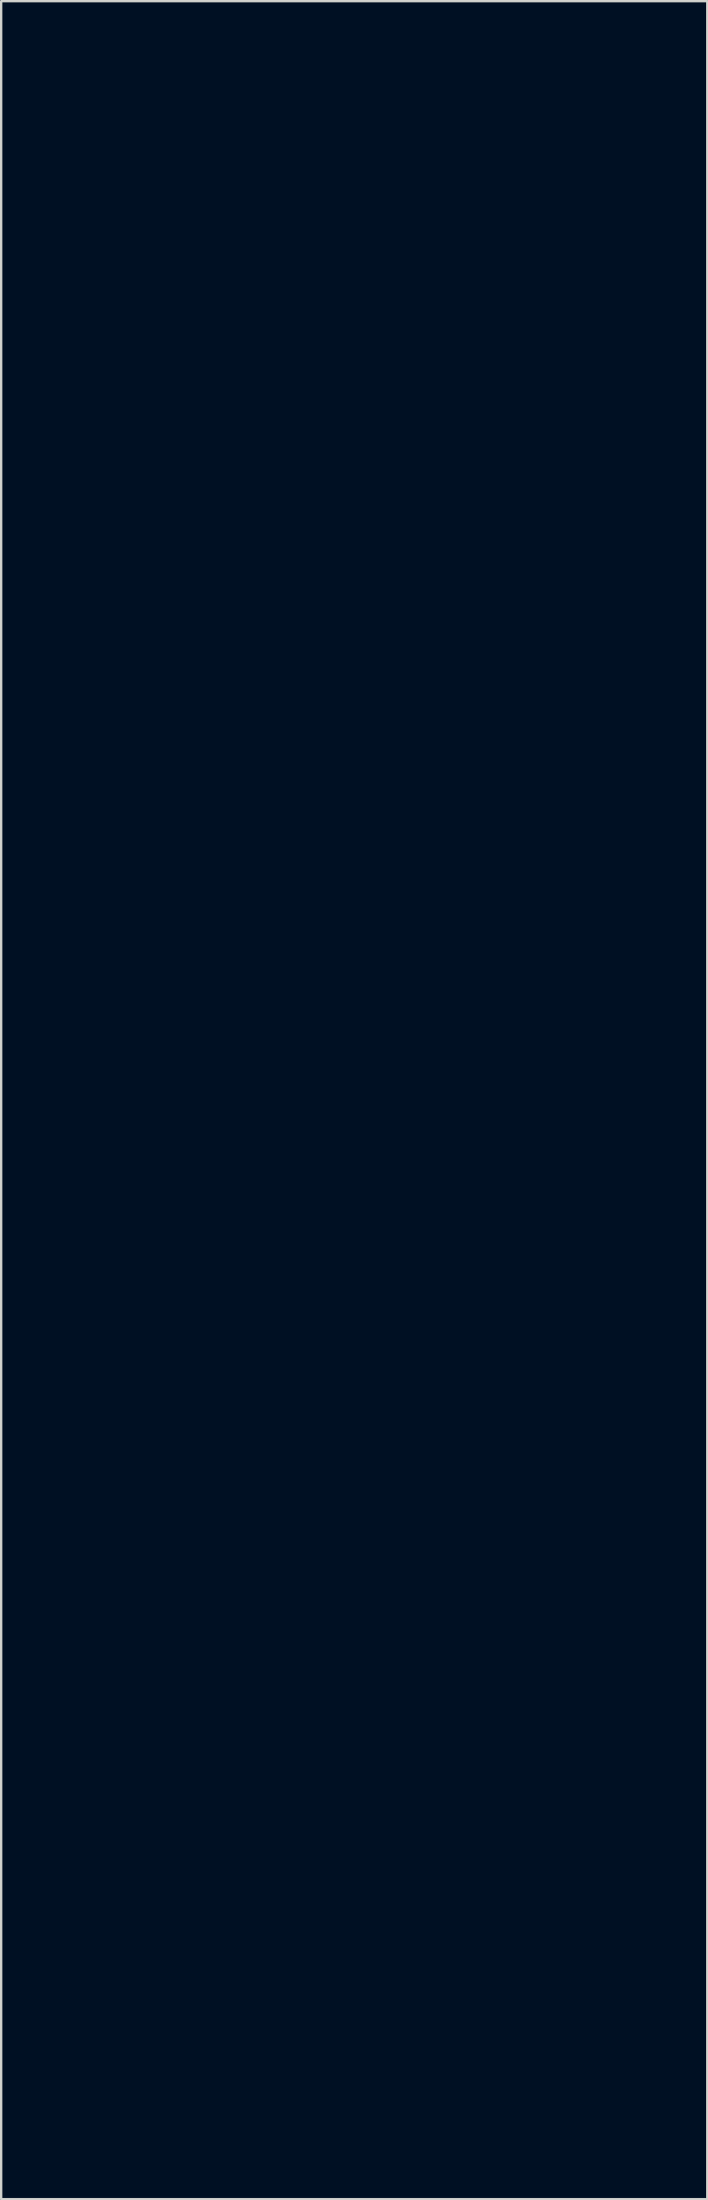
<source format=kicad_pcb>
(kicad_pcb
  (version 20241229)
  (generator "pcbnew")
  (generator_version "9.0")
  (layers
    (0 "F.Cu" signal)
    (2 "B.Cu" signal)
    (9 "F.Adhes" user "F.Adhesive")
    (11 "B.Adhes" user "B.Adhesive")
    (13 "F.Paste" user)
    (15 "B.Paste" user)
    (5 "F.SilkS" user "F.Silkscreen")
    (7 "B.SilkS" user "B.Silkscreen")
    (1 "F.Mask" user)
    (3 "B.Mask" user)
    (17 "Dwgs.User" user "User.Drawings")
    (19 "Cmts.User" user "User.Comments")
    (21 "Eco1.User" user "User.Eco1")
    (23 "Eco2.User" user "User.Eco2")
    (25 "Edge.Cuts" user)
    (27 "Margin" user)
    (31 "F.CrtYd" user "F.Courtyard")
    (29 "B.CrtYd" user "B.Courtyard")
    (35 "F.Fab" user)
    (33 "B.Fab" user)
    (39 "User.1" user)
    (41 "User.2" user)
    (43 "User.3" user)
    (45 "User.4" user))
  (footprint "FM1_Front_Mask"
    (layer "F.Cu")
    (at 12.529 42.061)
    (property "Reference" "FM1_Front_Mask" (at 0 0 0) (layer "F.Mask") (effects (font (size 1.524 1.524) (thickness 0.3))))
    (attr through_hole)
    (fp_poly (pts (xy -7.134 -36.711) (xy -6.956 -36.606) (xy -6.814 -36.451) (xy -6.72 -36.251) (xy -6.689 -36.026) (xy -6.728 -35.781) (xy -6.838 -35.571) (xy -7.01 -35.408) (xy -7.23 -35.308) (xy -7.376 -35.275) (xy -7.491 -35.273) (xy -7.621 -35.303) (xy -7.629 -35.306) (xy -7.842 -35.41) (xy -8.006 -35.569) (xy -8.116 -35.768) (xy -8.163 -35.989) (xy -8.161 -36.017) (xy -7.874 -36.017) (xy -7.852 -35.916) (xy -7.799 -35.797) (xy -7.791 -35.784) (xy -7.671 -35.661) (xy -7.515 -35.599) (xy -7.344 -35.601) (xy -7.18 -35.666) (xy -7.08 -35.752) (xy -6.997 -35.904) (xy -6.985 -36.07) (xy -7.037 -36.23) (xy -7.147 -36.364) (xy -7.3 -36.448) (xy -7.472 -36.465) (xy -7.634 -36.411) (xy -7.767 -36.302) (xy -7.853 -36.15) (xy -7.874 -36.017) (xy -8.161 -36.017) (xy -8.142 -36.216) (xy -8.074 -36.384) (xy -7.925 -36.576) (xy -7.742 -36.701) (xy -7.541 -36.763) (xy -7.333 -36.765) (xy -7.134 -36.711)) (stroke (width 0.01) (type solid)) (fill yes) (layer "F.Mask"))
    (fp_poly (pts (xy -5.154 -36.725) (xy -4.981 -36.629) (xy -4.837 -36.491) (xy -4.732 -36.321) (xy -4.676 -36.126) (xy -4.678 -35.914) (xy -4.749 -35.695) (xy -4.804 -35.598) (xy -4.958 -35.435) (xy -5.159 -35.328) (xy -5.384 -35.285) (xy -5.611 -35.312) (xy -5.652 -35.325) (xy -5.844 -35.435) (xy -6.009 -35.602) (xy -6.12 -35.799) (xy -6.137 -35.853) (xy -6.149 -35.985) (xy -5.84 -35.985) (xy -5.794 -35.824) (xy -5.691 -35.693) (xy -5.538 -35.612) (xy -5.532 -35.611) (xy -5.349 -35.591) (xy -5.198 -35.641) (xy -5.105 -35.716) (xy -4.997 -35.875) (xy -4.971 -36.05) (xy -5.017 -36.211) (xy -5.127 -36.36) (xy -5.276 -36.446) (xy -5.442 -36.467) (xy -5.606 -36.42) (xy -5.737 -36.313) (xy -5.823 -36.155) (xy -5.84 -35.985) (xy -6.149 -35.985) (xy -6.158 -36.083) (xy -6.095 -36.307) (xy -5.953 -36.518) (xy -5.934 -36.537) (xy -5.745 -36.687) (xy -5.546 -36.763) (xy -5.345 -36.773) (xy -5.154 -36.725)) (stroke (width 0.01) (type solid)) (fill yes) (layer "F.Mask"))
    (fp_poly (pts (xy -5.158 -38.951) (xy -4.918 -38.846) (xy -4.72 -38.685) (xy -4.571 -38.482) (xy -4.478 -38.247) (xy -4.447 -37.993) (xy -4.485 -37.732) (xy -4.599 -37.477) (xy -4.77 -37.274) (xy -4.99 -37.123) (xy -5.24 -37.031) (xy -5.501 -37.005) (xy -5.754 -37.052) (xy -5.768 -37.057) (xy -6.021 -37.193) (xy -6.218 -37.382) (xy -6.354 -37.612) (xy -6.423 -37.869) (xy -6.421 -38.011) (xy -5.883 -38.011) (xy -5.854 -37.846) (xy -5.794 -37.742) (xy -5.647 -37.614) (xy -5.478 -37.562) (xy -5.305 -37.585) (xy -5.145 -37.685) (xy -5.112 -37.718) (xy -5.019 -37.874) (xy -4.999 -38.04) (xy -5.043 -38.197) (xy -5.141 -38.327) (xy -5.288 -38.414) (xy -5.44 -38.439) (xy -5.616 -38.403) (xy -5.755 -38.307) (xy -5.847 -38.171) (xy -5.883 -38.011) (xy -6.421 -38.011) (xy -6.419 -38.141) (xy -6.337 -38.413) (xy -6.334 -38.419) (xy -6.178 -38.666) (xy -5.972 -38.845) (xy -5.72 -38.954) (xy -5.433 -38.989) (xy -5.158 -38.951)) (stroke (width 0.01) (type solid)) (fill yes) (layer "F.Mask"))
    (fp_poly (pts (xy 2.799 27.893) (xy 3.043 27.999) (xy 3.244 28.16) (xy 3.394 28.366) (xy 3.486 28.605) (xy 3.512 28.864) (xy 3.466 29.132) (xy 3.403 29.288) (xy 3.245 29.518) (xy 3.035 29.691) (xy 2.789 29.801) (xy 2.523 29.841) (xy 2.251 29.804) (xy 2.191 29.785) (xy 1.943 29.656) (xy 1.75 29.473) (xy 1.614 29.25) (xy 1.54 29.003) (xy 1.534 28.834) (xy 2.073 28.834) (xy 2.104 29) (xy 2.165 29.102) (xy 2.312 29.23) (xy 2.481 29.282) (xy 2.654 29.259) (xy 2.814 29.16) (xy 2.847 29.126) (xy 2.941 28.969) (xy 2.962 28.803) (xy 2.919 28.647) (xy 2.819 28.517) (xy 2.671 28.432) (xy 2.519 28.408) (xy 2.34 28.443) (xy 2.2 28.538) (xy 2.108 28.674) (xy 2.073 28.834) (xy 1.534 28.834) (xy 1.531 28.743) (xy 1.591 28.487) (xy 1.724 28.247) (xy 1.764 28.197) (xy 1.978 28.008) (xy 2.229 27.893) (xy 2.518 27.855) (xy 2.519 27.855) (xy 2.799 27.893)) (stroke (width 0.01) (type solid)) (fill yes) (layer "F.Mask"))
    (fp_poly (pts (xy 10.355 32.93) (xy 10.59 33.046) (xy 10.787 33.224) (xy 10.936 33.457) (xy 10.99 33.604) (xy 11.031 33.876) (xy 10.997 34.134) (xy 10.898 34.368) (xy 10.745 34.568) (xy 10.547 34.725) (xy 10.316 34.828) (xy 10.059 34.868) (xy 9.789 34.835) (xy 9.737 34.82) (xy 9.485 34.7) (xy 9.29 34.529) (xy 9.15 34.319) (xy 9.069 34.084) (xy 9.052 33.889) (xy 9.602 33.889) (xy 9.64 34.053) (xy 9.726 34.171) (xy 9.865 34.281) (xy 9.988 34.324) (xy 10.126 34.307) (xy 10.226 34.27) (xy 10.359 34.175) (xy 10.451 34.031) (xy 10.486 33.869) (xy 10.478 33.787) (xy 10.399 33.62) (xy 10.271 33.504) (xy 10.112 33.446) (xy 9.944 33.45) (xy 9.785 33.523) (xy 9.733 33.567) (xy 9.633 33.719) (xy 9.602 33.889) (xy 9.052 33.889) (xy 9.048 33.837) (xy 9.086 33.592) (xy 9.187 33.361) (xy 9.35 33.159) (xy 9.563 33.005) (xy 9.829 32.904) (xy 10.097 32.881) (xy 10.355 32.93)) (stroke (width 0.01) (type solid)) (fill yes) (layer "F.Mask"))
    (fp_poly (pts (xy 10.995 -37.448) (xy 11.222 -37.331) (xy 11.41 -37.159) (xy 11.55 -36.939) (xy 11.629 -36.679) (xy 11.642 -36.513) (xy 11.604 -36.233) (xy 11.498 -35.989) (xy 11.337 -35.788) (xy 11.131 -35.638) (xy 10.893 -35.546) (xy 10.635 -35.518) (xy 10.368 -35.563) (xy 10.214 -35.626) (xy 9.98 -35.786) (xy 9.806 -35.996) (xy 9.697 -36.241) (xy 9.66 -36.508) (xy 9.661 -36.513) (xy 10.223 -36.513) (xy 10.233 -36.377) (xy 10.274 -36.283) (xy 10.362 -36.192) (xy 10.528 -36.091) (xy 10.706 -36.07) (xy 10.851 -36.115) (xy 10.999 -36.234) (xy 11.077 -36.399) (xy 11.089 -36.513) (xy 11.054 -36.696) (xy 10.959 -36.837) (xy 10.823 -36.925) (xy 10.662 -36.955) (xy 10.493 -36.919) (xy 10.362 -36.833) (xy 10.273 -36.74) (xy 10.233 -36.646) (xy 10.223 -36.513) (xy 9.661 -36.513) (xy 9.7 -36.783) (xy 9.716 -36.832) (xy 9.84 -37.084) (xy 10.017 -37.276) (xy 10.209 -37.397) (xy 10.478 -37.489) (xy 10.743 -37.503) (xy 10.995 -37.448)) (stroke (width 0.01) (type solid)) (fill yes) (layer "F.Mask"))
    (fp_poly (pts (xy -2.242 27.9) (xy -2.1 27.957) (xy -1.866 28.113) (xy -1.696 28.312) (xy -1.588 28.542) (xy -1.543 28.788) (xy -1.561 29.037) (xy -1.642 29.276) (xy -1.787 29.491) (xy -1.994 29.67) (xy -2.09 29.725) (xy -2.258 29.786) (xy -2.457 29.823) (xy -2.651 29.83) (xy -2.794 29.808) (xy -3.074 29.678) (xy -3.289 29.496) (xy -3.437 29.264) (xy -3.513 28.989) (xy -3.524 28.822) (xy -2.971 28.822) (xy -2.952 28.982) (xy -2.875 29.128) (xy -2.741 29.239) (xy -2.571 29.29) (xy -2.39 29.259) (xy -2.323 29.228) (xy -2.186 29.119) (xy -2.113 28.977) (xy -2.1 28.821) (xy -2.14 28.668) (xy -2.231 28.537) (xy -2.365 28.443) (xy -2.54 28.406) (xy -2.549 28.406) (xy -2.721 28.441) (xy -2.851 28.534) (xy -2.936 28.667) (xy -2.971 28.822) (xy -3.524 28.822) (xy -3.524 28.819) (xy -3.484 28.547) (xy -3.376 28.31) (xy -3.213 28.115) (xy -3.005 27.969) (xy -2.766 27.88) (xy -2.508 27.854) (xy -2.242 27.9)) (stroke (width 0.01) (type solid)) (fill yes) (layer "F.Mask"))
    (fp_poly (pts (xy 2.884 30.437) (xy 3.125 30.596) (xy 3.203 30.669) (xy 3.384 30.899) (xy 3.483 31.138) (xy 3.502 31.394) (xy 3.474 31.571) (xy 3.373 31.828) (xy 3.211 32.041) (xy 3.004 32.203) (xy 2.764 32.308) (xy 2.506 32.348) (xy 2.244 32.316) (xy 2.095 32.262) (xy 1.856 32.107) (xy 1.677 31.897) (xy 1.565 31.642) (xy 1.526 31.361) (xy 2.074 31.361) (xy 2.11 31.537) (xy 2.205 31.676) (xy 2.341 31.766) (xy 2.501 31.799) (xy 2.665 31.767) (xy 2.761 31.709) (xy 2.856 31.607) (xy 2.92 31.498) (xy 2.951 31.329) (xy 2.912 31.172) (xy 2.817 31.041) (xy 2.681 30.95) (xy 2.518 30.912) (xy 2.342 30.94) (xy 2.326 30.947) (xy 2.179 31.041) (xy 2.097 31.182) (xy 2.074 31.361) (xy 1.526 31.361) (xy 1.525 31.35) (xy 1.525 31.339) (xy 1.561 31.055) (xy 1.668 30.813) (xy 1.849 30.607) (xy 1.857 30.601) (xy 2.103 30.439) (xy 2.363 30.358) (xy 2.626 30.358) (xy 2.884 30.437)) (stroke (width 0.01) (type solid)) (fill yes) (layer "F.Mask"))
    (fp_poly (pts (xy 3.813 40.493) (xy 4.045 40.618) (xy 4.244 40.804) (xy 4.371 40.997) (xy 4.442 41.214) (xy 4.461 41.462) (xy 4.426 41.704) (xy 4.371 41.849) (xy 4.204 42.089) (xy 3.988 42.267) (xy 3.737 42.378) (xy 3.465 42.416) (xy 3.184 42.377) (xy 3.117 42.356) (xy 2.887 42.231) (xy 2.698 42.044) (xy 2.563 41.811) (xy 2.491 41.548) (xy 2.485 41.445) (xy 3.029 41.445) (xy 3.074 41.619) (xy 3.189 41.769) (xy 3.21 41.786) (xy 3.346 41.847) (xy 3.512 41.857) (xy 3.672 41.819) (xy 3.773 41.754) (xy 3.875 41.602) (xy 3.908 41.437) (xy 3.879 41.277) (xy 3.797 41.137) (xy 3.669 41.036) (xy 3.504 40.991) (xy 3.417 40.994) (xy 3.252 41.036) (xy 3.14 41.125) (xy 3.061 41.268) (xy 3.029 41.445) (xy 2.485 41.445) (xy 2.483 41.423) (xy 2.516 41.153) (xy 2.618 40.918) (xy 2.797 40.703) (xy 2.83 40.672) (xy 3.056 40.519) (xy 3.305 40.441) (xy 3.562 40.433) (xy 3.813 40.493)) (stroke (width 0.01) (type solid)) (fill yes) (layer "F.Mask"))
    (fp_poly (pts (xy -10.372 -32.409) (xy -10.122 -32.303) (xy -9.921 -32.129) (xy -9.774 -31.89) (xy -9.695 -31.648) (xy -9.674 -31.382) (xy -9.726 -31.136) (xy -9.839 -30.917) (xy -10.003 -30.734) (xy -10.206 -30.595) (xy -10.438 -30.506) (xy -10.688 -30.477) (xy -10.944 -30.514) (xy -11.165 -30.608) (xy -11.389 -30.778) (xy -11.545 -30.982) (xy -11.637 -31.209) (xy -11.668 -31.446) (xy -11.107 -31.446) (xy -11.071 -31.293) (xy -10.985 -31.161) (xy -10.852 -31.068) (xy -10.676 -31.03) (xy -10.668 -31.03) (xy -10.535 -31.05) (xy -10.422 -31.098) (xy -10.419 -31.099) (xy -10.295 -31.231) (xy -10.236 -31.39) (xy -10.241 -31.556) (xy -10.306 -31.709) (xy -10.427 -31.83) (xy -10.542 -31.882) (xy -10.663 -31.908) (xy -10.766 -31.893) (xy -10.865 -31.851) (xy -11.008 -31.742) (xy -11.087 -31.602) (xy -11.107 -31.446) (xy -11.668 -31.446) (xy -11.668 -31.447) (xy -11.641 -31.685) (xy -11.559 -31.909) (xy -11.426 -32.109) (xy -11.245 -32.272) (xy -11.019 -32.388) (xy -10.751 -32.443) (xy -10.668 -32.446) (xy -10.372 -32.409)) (stroke (width 0.01) (type solid)) (fill yes) (layer "F.Mask"))
    (fp_poly (pts (xy -9.798 32.922) (xy -9.557 33.026) (xy -9.359 33.184) (xy -9.209 33.385) (xy -9.114 33.616) (xy -9.08 33.865) (xy -9.112 34.12) (xy -9.218 34.369) (xy -9.286 34.469) (xy -9.468 34.647) (xy -9.695 34.777) (xy -9.946 34.853) (xy -10.195 34.865) (xy -10.308 34.845) (xy -10.579 34.734) (xy -10.798 34.557) (xy -10.96 34.321) (xy -11.032 34.134) (xy -11.072 33.858) (xy -11.067 33.82) (xy -10.516 33.82) (xy -10.501 33.989) (xy -10.474 34.058) (xy -10.386 34.175) (xy -10.257 34.272) (xy -10.121 34.327) (xy -10.082 34.331) (xy -10.007 34.315) (xy -9.9 34.273) (xy -9.887 34.267) (xy -9.741 34.157) (xy -9.658 34.007) (xy -9.643 33.839) (xy -9.697 33.671) (xy -9.776 33.567) (xy -9.924 33.468) (xy -10.082 33.439) (xy -10.234 33.47) (xy -10.367 33.551) (xy -10.466 33.671) (xy -10.516 33.82) (xy -11.067 33.82) (xy -11.036 33.596) (xy -10.933 33.358) (xy -10.772 33.158) (xy -10.56 33.004) (xy -10.307 32.91) (xy -10.075 32.885) (xy -9.798 32.922)) (stroke (width 0.01) (type solid)) (fill yes) (layer "F.Mask"))
    (fp_poly (pts (xy -9.736 30.418) (xy -9.515 30.531) (xy -9.328 30.696) (xy -9.187 30.908) (xy -9.104 31.16) (xy -9.087 31.348) (xy -9.127 31.627) (xy -9.241 31.88) (xy -9.418 32.094) (xy -9.648 32.252) (xy -9.704 32.277) (xy -9.897 32.326) (xy -10.123 32.338) (xy -10.34 32.312) (xy -10.456 32.275) (xy -10.694 32.128) (xy -10.882 31.923) (xy -11.008 31.675) (xy -11.062 31.4) (xy -11.063 31.348) (xy -11.063 31.348) (xy -10.517 31.348) (xy -10.498 31.478) (xy -10.408 31.637) (xy -10.272 31.744) (xy -10.111 31.793) (xy -9.945 31.778) (xy -9.802 31.697) (xy -9.69 31.552) (xy -9.643 31.384) (xy -9.66 31.215) (xy -9.739 31.067) (xy -9.834 30.987) (xy -9.951 30.931) (xy -10.057 30.904) (xy -10.067 30.903) (xy -10.241 30.94) (xy -10.383 31.039) (xy -10.48 31.181) (xy -10.517 31.348) (xy -11.063 31.348) (xy -11.029 31.07) (xy -10.921 30.83) (xy -10.736 30.618) (xy -10.712 30.597) (xy -10.478 30.446) (xy -10.23 30.37) (xy -9.978 30.362) (xy -9.736 30.418)) (stroke (width 0.01) (type solid)) (fill yes) (layer "F.Mask"))
    (fp_poly (pts (xy -7.606 -38.924) (xy -7.369 -38.792) (xy -7.17 -38.594) (xy -7.064 -38.425) (xy -7.002 -38.236) (xy -6.98 -38.008) (xy -7 -37.777) (xy -7.047 -37.609) (xy -7.186 -37.38) (xy -7.382 -37.199) (xy -7.617 -37.073) (xy -7.876 -37.01) (xy -8.141 -37.018) (xy -8.292 -37.057) (xy -8.411 -37.117) (xy -8.547 -37.207) (xy -8.599 -37.247) (xy -8.788 -37.456) (xy -8.907 -37.693) (xy -8.957 -37.946) (xy -8.954 -37.981) (xy -8.409 -37.981) (xy -8.368 -37.826) (xy -8.274 -37.694) (xy -8.141 -37.599) (xy -7.985 -37.556) (xy -7.821 -37.577) (xy -7.776 -37.597) (xy -7.629 -37.714) (xy -7.55 -37.879) (xy -7.536 -38.008) (xy -7.569 -38.187) (xy -7.658 -38.32) (xy -7.786 -38.406) (xy -7.936 -38.44) (xy -8.091 -38.42) (xy -8.235 -38.344) (xy -8.35 -38.208) (xy -8.38 -38.146) (xy -8.409 -37.981) (xy -8.954 -37.981) (xy -8.94 -38.2) (xy -8.857 -38.442) (xy -8.71 -38.657) (xy -8.501 -38.832) (xy -8.415 -38.88) (xy -8.142 -38.973) (xy -7.868 -38.986) (xy -7.606 -38.924)) (stroke (width 0.01) (type solid)) (fill yes) (layer "F.Mask"))
    (fp_poly (pts (xy -3.238 40.47) (xy -3.013 40.558) (xy -2.815 40.696) (xy -2.655 40.881) (xy -2.546 41.11) (xy -2.499 41.379) (xy -2.498 41.423) (xy -2.527 41.633) (xy -2.602 41.852) (xy -2.709 42.046) (xy -2.799 42.151) (xy -3.029 42.308) (xy -3.292 42.394) (xy -3.569 42.408) (xy -3.842 42.346) (xy -3.933 42.306) (xy -4.166 42.147) (xy -4.339 41.939) (xy -4.446 41.698) (xy -4.484 41.442) (xy -3.943 41.442) (xy -3.89 41.601) (xy -3.793 41.724) (xy -3.634 41.838) (xy -3.465 41.868) (xy -3.282 41.815) (xy -3.266 41.807) (xy -3.136 41.697) (xy -3.065 41.543) (xy -3.056 41.367) (xy -3.117 41.193) (xy -3.118 41.19) (xy -3.242 41.052) (xy -3.397 40.985) (xy -3.566 40.99) (xy -3.732 41.07) (xy -3.793 41.123) (xy -3.91 41.282) (xy -3.943 41.442) (xy -4.484 41.442) (xy -4.484 41.437) (xy -4.45 41.17) (xy -4.337 40.912) (xy -4.335 40.908) (xy -4.159 40.692) (xy -3.949 40.544) (xy -3.718 40.46) (xy -3.477 40.437) (xy -3.238 40.47)) (stroke (width 0.01) (type solid)) (fill yes) (layer "F.Mask"))
    (fp_poly (pts (xy 7.78 30.392) (xy 8.027 30.496) (xy 8.189 30.614) (xy 8.37 30.822) (xy 8.48 31.055) (xy 8.522 31.3) (xy 8.502 31.545) (xy 8.424 31.777) (xy 8.293 31.984) (xy 8.114 32.155) (xy 7.891 32.277) (xy 7.629 32.337) (xy 7.526 32.342) (xy 7.353 32.325) (xy 7.185 32.284) (xy 7.132 32.263) (xy 6.886 32.108) (xy 6.701 31.9) (xy 6.586 31.648) (xy 6.545 31.362) (xy 6.546 31.348) (xy 6.546 31.348) (xy 7.093 31.348) (xy 7.113 31.478) (xy 7.203 31.637) (xy 7.339 31.744) (xy 7.5 31.793) (xy 7.666 31.778) (xy 7.809 31.697) (xy 7.92 31.552) (xy 7.967 31.384) (xy 7.951 31.215) (xy 7.871 31.067) (xy 7.777 30.987) (xy 7.66 30.931) (xy 7.554 30.904) (xy 7.544 30.903) (xy 7.37 30.94) (xy 7.227 31.039) (xy 7.131 31.181) (xy 7.093 31.348) (xy 6.546 31.348) (xy 6.585 31.069) (xy 6.69 30.828) (xy 6.849 30.631) (xy 7.05 30.484) (xy 7.28 30.391) (xy 7.527 30.358) (xy 7.78 30.392)) (stroke (width 0.01) (type solid)) (fill yes) (layer "F.Mask"))
    (fp_poly (pts (xy 10.412 30.428) (xy 10.645 30.571) (xy 10.674 30.596) (xy 10.87 30.824) (xy 10.991 31.076) (xy 11.035 31.343) (xy 11.001 31.613) (xy 10.887 31.873) (xy 10.833 31.955) (xy 10.65 32.136) (xy 10.418 32.264) (xy 10.16 32.332) (xy 9.895 32.335) (xy 9.645 32.269) (xy 9.631 32.262) (xy 9.391 32.107) (xy 9.212 31.897) (xy 9.1 31.642) (xy 9.062 31.361) (xy 9.61 31.361) (xy 9.645 31.537) (xy 9.74 31.676) (xy 9.877 31.766) (xy 10.036 31.799) (xy 10.2 31.767) (xy 10.297 31.709) (xy 10.392 31.607) (xy 10.455 31.498) (xy 10.486 31.329) (xy 10.447 31.172) (xy 10.352 31.041) (xy 10.216 30.95) (xy 10.053 30.912) (xy 9.877 30.94) (xy 9.861 30.947) (xy 9.714 31.041) (xy 9.633 31.182) (xy 9.61 31.361) (xy 9.062 31.361) (xy 9.06 31.35) (xy 9.06 31.339) (xy 9.096 31.055) (xy 9.203 30.813) (xy 9.385 30.607) (xy 9.392 30.601) (xy 9.631 30.446) (xy 9.891 30.365) (xy 10.156 30.359) (xy 10.412 30.428)) (stroke (width 0.01) (type solid)) (fill yes) (layer "F.Mask"))
    (fp_poly (pts (xy -7.367 30.375) (xy -7.115 30.455) (xy -6.901 30.597) (xy -6.734 30.79) (xy -6.62 31.023) (xy -6.568 31.286) (xy -6.586 31.569) (xy -6.613 31.682) (xy -6.697 31.852) (xy -6.836 32.024) (xy -7.004 32.174) (xy -7.178 32.275) (xy -7.223 32.291) (xy -7.523 32.34) (xy -7.812 32.305) (xy -7.982 32.242) (xy -8.215 32.094) (xy -8.385 31.905) (xy -8.493 31.686) (xy -8.542 31.451) (xy -8.538 31.348) (xy -8.001 31.348) (xy -7.983 31.472) (xy -7.918 31.582) (xy -7.857 31.648) (xy -7.698 31.762) (xy -7.529 31.793) (xy -7.346 31.74) (xy -7.33 31.732) (xy -7.202 31.621) (xy -7.128 31.455) (xy -7.112 31.32) (xy -7.15 31.178) (xy -7.249 31.047) (xy -7.386 30.948) (xy -7.538 30.904) (xy -7.556 30.903) (xy -7.72 30.942) (xy -7.864 31.044) (xy -7.964 31.188) (xy -8.001 31.348) (xy -8.538 31.348) (xy -8.534 31.212) (xy -8.471 30.98) (xy -8.355 30.768) (xy -8.189 30.588) (xy -7.974 30.453) (xy -7.713 30.375) (xy -7.647 30.366) (xy -7.367 30.375)) (stroke (width 0.01) (type solid)) (fill yes) (layer "F.Mask"))
    (fp_poly (pts (xy 0.169 30.375) (xy 0.42 30.455) (xy 0.634 30.597) (xy 0.802 30.79) (xy 0.916 31.023) (xy 0.968 31.286) (xy 0.949 31.569) (xy 0.922 31.682) (xy 0.838 31.852) (xy 0.7 32.024) (xy 0.531 32.174) (xy 0.358 32.275) (xy 0.313 32.291) (xy 0.013 32.34) (xy -0.277 32.305) (xy -0.446 32.242) (xy -0.68 32.094) (xy -0.849 31.905) (xy -0.958 31.686) (xy -1.007 31.451) (xy -1.003 31.348) (xy -0.466 31.348) (xy -0.448 31.472) (xy -0.383 31.582) (xy -0.322 31.648) (xy -0.163 31.762) (xy 0.006 31.793) (xy 0.19 31.74) (xy 0.206 31.732) (xy 0.333 31.621) (xy 0.408 31.455) (xy 0.423 31.32) (xy 0.385 31.178) (xy 0.286 31.047) (xy 0.149 30.948) (xy -0.002 30.904) (xy -0.021 30.903) (xy -0.185 30.942) (xy -0.328 31.044) (xy -0.429 31.188) (xy -0.466 31.348) (xy -1.003 31.348) (xy -0.998 31.212) (xy -0.935 30.98) (xy -0.82 30.768) (xy -0.653 30.588) (xy -0.439 30.453) (xy -0.178 30.375) (xy -0.112 30.366) (xy 0.169 30.375)) (stroke (width 0.01) (type solid)) (fill yes) (layer "F.Mask"))
    (fp_poly (pts (xy -4.73 30.419) (xy -4.493 30.536) (xy -4.291 30.708) (xy -4.143 30.928) (xy -4.122 30.973) (xy -4.077 31.154) (xy -4.067 31.374) (xy -4.09 31.595) (xy -4.143 31.772) (xy -4.256 31.946) (xy -4.42 32.114) (xy -4.607 32.246) (xy -4.684 32.284) (xy -4.912 32.339) (xy -5.167 32.332) (xy -5.418 32.267) (xy -5.496 32.232) (xy -5.725 32.08) (xy -5.892 31.879) (xy -5.989 31.668) (xy -6.04 31.486) (xy -6.048 31.321) (xy -6.042 31.283) (xy -5.482 31.283) (xy -5.482 31.444) (xy -5.421 31.588) (xy -5.313 31.7) (xy -5.169 31.77) (xy -5.002 31.783) (xy -4.825 31.728) (xy -4.699 31.635) (xy -4.632 31.506) (xy -4.614 31.336) (xy -4.649 31.16) (xy -4.742 31.027) (xy -4.874 30.943) (xy -5.029 30.912) (xy -5.189 30.939) (xy -5.335 31.028) (xy -5.411 31.116) (xy -5.482 31.283) (xy -6.042 31.283) (xy -6.015 31.134) (xy -5.991 31.045) (xy -5.888 30.827) (xy -5.726 30.627) (xy -5.529 30.473) (xy -5.494 30.454) (xy -5.248 30.372) (xy -4.988 30.362) (xy -4.73 30.419)) (stroke (width 0.01) (type solid)) (fill yes) (layer "F.Mask"))
    (fp_poly (pts (xy -2.377 30.371) (xy -2.118 30.445) (xy -1.889 30.585) (xy -1.706 30.784) (xy -1.692 30.807) (xy -1.573 31.063) (xy -1.53 31.32) (xy -1.555 31.568) (xy -1.642 31.798) (xy -1.782 32) (xy -1.967 32.164) (xy -2.191 32.28) (xy -2.444 32.338) (xy -2.72 32.329) (xy -2.859 32.298) (xy -2.967 32.248) (xy -3.096 32.163) (xy -3.162 32.111) (xy -3.35 31.901) (xy -3.467 31.661) (xy -3.515 31.407) (xy -3.51 31.333) (xy -2.962 31.333) (xy -2.925 31.523) (xy -2.831 31.668) (xy -2.696 31.76) (xy -2.536 31.792) (xy -2.368 31.756) (xy -2.234 31.669) (xy -2.144 31.574) (xy -2.104 31.477) (xy -2.095 31.352) (xy -2.13 31.161) (xy -2.232 31.021) (xy -2.397 30.935) (xy -2.49 30.916) (xy -2.603 30.908) (xy -2.685 30.932) (xy -2.772 31.001) (xy -2.814 31.042) (xy -2.916 31.163) (xy -2.958 31.274) (xy -2.962 31.333) (xy -3.51 31.333) (xy -3.497 31.152) (xy -3.414 30.909) (xy -3.269 30.694) (xy -3.064 30.518) (xy -2.914 30.439) (xy -2.648 30.367) (xy -2.377 30.371)) (stroke (width 0.01) (type solid)) (fill yes) (layer "F.Mask"))
    (fp_poly (pts (xy 5.158 30.371) (xy 5.417 30.445) (xy 5.646 30.585) (xy 5.829 30.784) (xy 5.844 30.807) (xy 5.963 31.063) (xy 6.006 31.32) (xy 5.98 31.568) (xy 5.893 31.798) (xy 5.753 32) (xy 5.568 32.164) (xy 5.345 32.28) (xy 5.091 32.338) (xy 4.815 32.329) (xy 4.676 32.298) (xy 4.569 32.248) (xy 4.439 32.163) (xy 4.373 32.111) (xy 4.186 31.901) (xy 4.069 31.661) (xy 4.02 31.407) (xy 4.026 31.333) (xy 4.574 31.333) (xy 4.61 31.523) (xy 4.704 31.668) (xy 4.839 31.76) (xy 4.999 31.792) (xy 5.167 31.756) (xy 5.302 31.669) (xy 5.392 31.574) (xy 5.431 31.477) (xy 5.44 31.352) (xy 5.405 31.161) (xy 5.303 31.021) (xy 5.138 30.935) (xy 5.045 30.916) (xy 4.932 30.908) (xy 4.85 30.932) (xy 4.763 31.001) (xy 4.721 31.042) (xy 4.62 31.163) (xy 4.577 31.274) (xy 4.574 31.333) (xy 4.026 31.333) (xy 4.039 31.152) (xy 4.121 30.909) (xy 4.266 30.694) (xy 4.471 30.518) (xy 4.622 30.439) (xy 4.888 30.367) (xy 5.158 30.371)) (stroke (width 0.01) (type solid)) (fill yes) (layer "F.Mask"))
    (fp_poly (pts (xy 10.921 -34.955) (xy 11.15 -34.858) (xy 11.345 -34.708) (xy 11.498 -34.514) (xy 11.6 -34.287) (xy 11.643 -34.038) (xy 11.619 -33.776) (xy 11.534 -33.54) (xy 11.373 -33.305) (xy 11.156 -33.134) (xy 10.905 -33.033) (xy 10.751 -32.996) (xy 10.638 -32.984) (xy 10.531 -32.997) (xy 10.393 -33.039) (xy 10.338 -33.058) (xy 10.075 -33.188) (xy 9.875 -33.374) (xy 9.743 -33.608) (xy 9.681 -33.888) (xy 9.676 -33.994) (xy 9.684 -34.057) (xy 10.224 -34.057) (xy 10.227 -33.897) (xy 10.282 -33.748) (xy 10.39 -33.632) (xy 10.508 -33.576) (xy 10.604 -33.548) (xy 10.657 -33.532) (xy 10.659 -33.532) (xy 10.702 -33.544) (xy 10.792 -33.579) (xy 10.812 -33.587) (xy 10.975 -33.694) (xy 11.069 -33.848) (xy 11.091 -33.994) (xy 11.054 -34.175) (xy 10.953 -34.317) (xy 10.805 -34.406) (xy 10.627 -34.43) (xy 10.525 -34.413) (xy 10.373 -34.334) (xy 10.273 -34.209) (xy 10.224 -34.057) (xy 9.684 -34.057) (xy 9.714 -34.287) (xy 9.824 -34.539) (xy 10.002 -34.743) (xy 10.242 -34.893) (xy 10.393 -34.948) (xy 10.666 -34.989) (xy 10.921 -34.955)) (stroke (width 0.01) (type solid)) (fill yes) (layer "F.Mask"))
    (fp_poly (pts (xy -10.299 -2.531) (xy -10.287 -2.531) (xy -10.051 -2.525) (xy -9.883 -2.516) (xy -9.766 -2.502) (xy -9.684 -2.48) (xy -9.619 -2.448) (xy -9.583 -2.424) (xy -9.497 -2.356) (xy -9.431 -2.281) (xy -9.383 -2.188) (xy -9.35 -2.065) (xy -9.329 -1.899) (xy -9.318 -1.678) (xy -9.314 -1.391) (xy -9.313 -1.221) (xy -9.315 -0.897) (xy -9.323 -0.645) (xy -9.339 -0.453) (xy -9.367 -0.31) (xy -9.41 -0.203) (xy -9.47 -0.121) (xy -9.55 -0.05) (xy -9.605 -0.011) (xy -9.669 0.027) (xy -9.736 0.053) (xy -9.823 0.07) (xy -9.946 0.079) (xy -10.123 0.083) (xy -10.346 0.084) (xy -10.603 0.081) (xy -10.789 0.073) (xy -10.919 0.059) (xy -11.005 0.037) (xy -11.049 0.016) (xy -11.153 -0.068) (xy -11.239 -0.163) (xy -11.268 -0.206) (xy -11.289 -0.26) (xy -11.305 -0.335) (xy -11.317 -0.444) (xy -11.325 -0.599) (xy -11.331 -0.812) (xy -11.336 -1.094) (xy -11.337 -1.186) (xy -11.341 -1.487) (xy -11.342 -1.715) (xy -11.341 -1.883) (xy -11.334 -2.003) (xy -11.323 -2.088) (xy -11.305 -2.15) (xy -11.28 -2.2) (xy -11.251 -2.245) (xy -11.166 -2.356) (xy -11.071 -2.436) (xy -10.951 -2.489) (xy -10.793 -2.52) (xy -10.58 -2.532) (xy -10.299 -2.531)) (stroke (width 0.01) (type solid)) (fill yes) (layer "F.Mask"))
    (fp_poly (pts (xy 10.786 -2.521) (xy 10.946 -2.491) (xy 11.067 -2.439) (xy 11.163 -2.36) (xy 11.248 -2.249) (xy 11.251 -2.245) (xy 11.284 -2.194) (xy 11.308 -2.142) (xy 11.325 -2.078) (xy 11.336 -1.989) (xy 11.341 -1.863) (xy 11.342 -1.688) (xy 11.34 -1.451) (xy 11.337 -1.186) (xy 11.332 -0.883) (xy 11.327 -0.652) (xy 11.319 -0.482) (xy 11.309 -0.362) (xy 11.294 -0.278) (xy 11.274 -0.219) (xy 11.248 -0.174) (xy 11.239 -0.162) (xy 11.163 -0.07) (xy 11.081 -0.004) (xy 10.98 0.04) (xy 10.845 0.067) (xy 10.658 0.08) (xy 10.406 0.085) (xy 10.34 0.085) (xy 10.101 0.084) (xy 9.931 0.079) (xy 9.811 0.069) (xy 9.727 0.051) (xy 9.661 0.023) (xy 9.605 -0.011) (xy 9.512 -0.08) (xy 9.441 -0.154) (xy 9.389 -0.246) (xy 9.354 -0.367) (xy 9.331 -0.53) (xy 9.319 -0.746) (xy 9.314 -1.029) (xy 9.313 -1.221) (xy 9.315 -1.546) (xy 9.323 -1.797) (xy 9.338 -1.989) (xy 9.365 -2.132) (xy 9.405 -2.238) (xy 9.462 -2.32) (xy 9.538 -2.391) (xy 9.583 -2.424) (xy 9.645 -2.463) (xy 9.715 -2.49) (xy 9.81 -2.509) (xy 9.947 -2.52) (xy 10.141 -2.528) (xy 10.287 -2.531) (xy 10.571 -2.533) (xy 10.786 -2.521)) (stroke (width 0.01) (type solid)) (fill yes) (layer "F.Mask"))
    (fp_poly (pts (xy -1.512 11.517) (xy -1.286 11.523) (xy -1.098 11.533) (xy -0.967 11.545) (xy -0.913 11.556) (xy -0.792 11.63) (xy -0.709 11.751) (xy -0.658 11.931) (xy -0.637 12.178) (xy -0.635 12.277) (xy -0.639 12.482) (xy -0.651 12.625) (xy -0.677 12.729) (xy -0.718 12.815) (xy -0.721 12.819) (xy -0.807 12.96) (xy -0.682 13.116) (xy -0.59 13.219) (xy -0.44 13.375) (xy -0.237 13.579) (xy 0.016 13.826) (xy 0.314 14.113) (xy 0.516 14.305) (xy 0.757 14.533) (xy 1.559 14.524) (xy 1.917 14.523) (xy 2.2 14.532) (xy 2.416 14.558) (xy 2.573 14.607) (xy 2.681 14.684) (xy 2.747 14.795) (xy 2.781 14.945) (xy 2.791 15.142) (xy 2.787 15.354) (xy 2.78 15.553) (xy 2.77 15.686) (xy 2.752 15.773) (xy 2.721 15.834) (xy 2.672 15.887) (xy 2.635 15.921) (xy 2.496 16.044) (xy 0.84 16.044) (xy 0.716 15.921) (xy 0.664 15.865) (xy 0.628 15.812) (xy 0.607 15.743) (xy 0.597 15.641) (xy 0.593 15.488) (xy 0.593 15.304) (xy 0.593 14.811) (xy -0.304 13.925) (xy -1.201 13.039) (xy -1.852 13.039) (xy -2.174 13.034) (xy -2.421 13.014) (xy -2.603 12.973) (xy -2.73 12.903) (xy -2.811 12.796) (xy -2.857 12.646) (xy -2.876 12.446) (xy -2.879 12.277) (xy -2.87 12.074) (xy -2.848 11.9) (xy -2.819 11.791) (xy -2.773 11.7) (xy -2.713 11.631) (xy -2.629 11.582) (xy -2.508 11.548) (xy -2.339 11.528) (xy -2.111 11.518) (xy -1.811 11.515) (xy -1.762 11.515) (xy -1.512 11.517)) (stroke (width 0.01) (type solid)) (fill yes) (layer "F.Mask"))
    (fp_poly (pts (xy -7.65 14.523) (xy -7.414 14.535) (xy -7.238 14.556) (xy -7.11 14.591) (xy -7.016 14.642) (xy -6.946 14.711) (xy -6.927 14.737) (xy -6.877 14.851) (xy -6.858 14.974) (xy -6.858 15.113) (xy -5.764 15.113) (xy -5.637 14.986) (xy -5.484 14.884) (xy -5.314 14.858) (xy -5.162 14.903) (xy -5.073 14.986) (xy -4.996 15.115) (xy -4.955 15.251) (xy -4.953 15.284) (xy -4.987 15.38) (xy -5.07 15.49) (xy -5.179 15.589) (xy -5.288 15.652) (xy -5.34 15.663) (xy -5.436 15.643) (xy -5.548 15.594) (xy -5.649 15.531) (xy -5.709 15.472) (xy -5.715 15.452) (xy -5.756 15.434) (xy -5.875 15.42) (xy -6.064 15.412) (xy -6.287 15.409) (xy -6.858 15.409) (xy -6.858 15.56) (xy -6.889 15.75) (xy -6.974 15.904) (xy -7.09 15.994) (xy -7.178 16.014) (xy -7.333 16.029) (xy -7.535 16.039) (xy -7.769 16.045) (xy -8.016 16.045) (xy -8.26 16.041) (xy -8.482 16.032) (xy -8.667 16.018) (xy -8.796 16) (xy -8.843 15.985) (xy -8.932 15.921) (xy -8.993 15.833) (xy -9.032 15.707) (xy -9.052 15.528) (xy -9.058 15.281) (xy -9.057 15.261) (xy -5.546 15.261) (xy -5.514 15.38) (xy -5.431 15.44) (xy -5.31 15.435) (xy -5.247 15.408) (xy -5.175 15.332) (xy -5.165 15.235) (xy -5.207 15.142) (xy -5.292 15.081) (xy -5.355 15.071) (xy -5.473 15.106) (xy -5.538 15.202) (xy -5.546 15.261) (xy -9.057 15.261) (xy -9.054 15.051) (xy -9.034 14.872) (xy -8.989 14.738) (xy -8.909 14.643) (xy -8.784 14.581) (xy -8.606 14.544) (xy -8.364 14.526) (xy -8.05 14.52) (xy -7.959 14.52) (xy -7.65 14.523)) (stroke (width 0.01) (type solid)) (fill yes) (layer "F.Mask"))
    (fp_poly (pts (xy -1.512 17.698) (xy -1.286 17.704) (xy -1.098 17.714) (xy -0.967 17.726) (xy -0.913 17.737) (xy -0.791 17.812) (xy -0.707 17.937) (xy -0.656 18.12) (xy -0.636 18.372) (xy -0.635 18.449) (xy -0.644 18.71) (xy -0.671 18.891) (xy -0.697 18.963) (xy -0.72 19.013) (xy -0.727 19.06) (xy -0.712 19.118) (xy -0.668 19.2) (xy -0.59 19.32) (xy -0.47 19.49) (xy -0.418 19.562) (xy -0.223 19.83) (xy -0.023 20.093) (xy 0.172 20.337) (xy 0.348 20.547) (xy 0.495 20.711) (xy 0.567 20.782) (xy 0.643 20.848) (xy 0.692 20.859) (xy 0.749 20.819) (xy 0.766 20.803) (xy 0.808 20.773) (xy 0.865 20.75) (xy 0.951 20.734) (xy 1.08 20.723) (xy 1.264 20.715) (xy 1.517 20.709) (xy 1.564 20.708) (xy 1.919 20.704) (xy 2.198 20.712) (xy 2.411 20.738) (xy 2.567 20.787) (xy 2.674 20.866) (xy 2.741 20.979) (xy 2.777 21.133) (xy 2.792 21.334) (xy 2.794 21.499) (xy 2.794 21.937) (xy 2.65 22.081) (xy 2.506 22.225) (xy 0.84 22.225) (xy 0.716 22.101) (xy 0.657 22.037) (xy 0.62 21.974) (xy 0.601 21.891) (xy 0.594 21.766) (xy 0.593 21.602) (xy 0.593 21.227) (xy 0.357 20.996) (xy 0.144 20.771) (xy -0.098 20.487) (xy -0.355 20.16) (xy -0.616 19.806) (xy -0.738 19.632) (xy -1.023 19.219) (xy -1.762 19.219) (xy -2.073 19.217) (xy -2.311 19.208) (xy -2.488 19.189) (xy -2.615 19.158) (xy -2.703 19.111) (xy -2.765 19.045) (xy -2.812 18.957) (xy -2.819 18.943) (xy -2.851 18.818) (xy -2.872 18.64) (xy -2.879 18.457) (xy -2.87 18.255) (xy -2.848 18.08) (xy -2.819 17.972) (xy -2.773 17.881) (xy -2.713 17.812) (xy -2.629 17.762) (xy -2.508 17.729) (xy -2.339 17.709) (xy -2.111 17.698) (xy -1.811 17.695) (xy -1.762 17.695) (xy -1.512 17.698)) (stroke (width 0.01) (type solid)) (fill yes) (layer "F.Mask"))
    (fp_poly (pts (xy 2.202 -40.256) (xy 2.385 -40.239) (xy 2.512 -40.199) (xy 2.595 -40.126) (xy 2.642 -40.011) (xy 2.663 -39.845) (xy 2.668 -39.617) (xy 2.667 -39.32) (xy 2.667 -39.266) (xy 2.667 -38.481) (xy 6.529 -38.481) (xy 6.674 -38.608) (xy 6.834 -38.71) (xy 6.99 -38.728) (xy 7.145 -38.662) (xy 7.193 -38.625) (xy 7.281 -38.535) (xy 7.318 -38.436) (xy 7.324 -38.333) (xy 7.312 -38.2) (xy 7.263 -38.108) (xy 7.193 -38.04) (xy 7.037 -37.949) (xy 6.882 -37.941) (xy 6.724 -38.018) (xy 6.674 -38.058) (xy 6.529 -38.185) (xy 2.667 -38.185) (xy 2.667 -37.931) (xy 2.665 -37.799) (xy 2.653 -37.698) (xy 2.621 -37.623) (xy 2.56 -37.571) (xy 2.458 -37.538) (xy 2.307 -37.519) (xy 2.096 -37.51) (xy 1.815 -37.507) (xy 1.636 -37.507) (xy 1.343 -37.508) (xy 1.122 -37.51) (xy 0.963 -37.516) (xy 0.853 -37.525) (xy 0.781 -37.539) (xy 0.736 -37.558) (xy 0.705 -37.584) (xy 0.705 -37.585) (xy 0.684 -37.616) (xy 0.668 -37.664) (xy 0.656 -37.739) (xy 0.647 -37.851) (xy 0.641 -38.008) (xy 0.637 -38.221) (xy 0.636 -38.362) (xy 6.741 -38.362) (xy 6.75 -38.27) (xy 6.798 -38.209) (xy 6.901 -38.151) (xy 7.014 -38.152) (xy 7.101 -38.21) (xy 7.113 -38.229) (xy 7.139 -38.346) (xy 7.102 -38.443) (xy 7.021 -38.503) (xy 6.916 -38.512) (xy 6.814 -38.458) (xy 6.741 -38.362) (xy 0.636 -38.362) (xy 0.636 -38.499) (xy 0.635 -38.851) (xy 0.635 -38.876) (xy 0.635 -39.229) (xy 0.636 -39.507) (xy 0.639 -39.72) (xy 0.644 -39.878) (xy 0.652 -39.99) (xy 0.663 -40.067) (xy 0.679 -40.117) (xy 0.699 -40.152) (xy 0.72 -40.174) (xy 0.754 -40.204) (xy 0.799 -40.225) (xy 0.866 -40.24) (xy 0.968 -40.25) (xy 1.116 -40.256) (xy 1.324 -40.258) (xy 1.604 -40.259) (xy 1.632 -40.259) (xy 1.954 -40.26) (xy 2.202 -40.256)) (stroke (width 0.01) (type solid)) (fill yes) (layer "F.Mask"))
    (fp_poly (pts (xy 8.183 17.696) (xy 8.387 17.7) (xy 8.534 17.707) (xy 8.638 17.72) (xy 8.713 17.739) (xy 8.772 17.766) (xy 8.792 17.778) (xy 8.898 17.874) (xy 8.968 18.016) (xy 9.006 18.218) (xy 9.017 18.457) (xy 9.004 18.721) (xy 8.962 18.916) (xy 8.889 19.053) (xy 8.792 19.137) (xy 8.736 19.166) (xy 8.669 19.188) (xy 8.579 19.203) (xy 8.452 19.212) (xy 8.273 19.216) (xy 8.03 19.218) (xy 7.895 19.217) (xy 7.6 19.215) (xy 7.378 19.209) (xy 7.218 19.199) (xy 7.106 19.183) (xy 7.033 19.161) (xy 7.017 19.153) (xy 6.885 19.036) (xy 6.8 18.867) (xy 6.773 18.692) (xy 6.773 18.542) (xy 6.261 18.542) (xy 6.044 18.543) (xy 5.896 18.547) (xy 5.799 18.558) (xy 5.739 18.578) (xy 5.697 18.61) (xy 5.668 18.645) (xy 5.541 18.745) (xy 5.385 18.782) (xy 5.226 18.758) (xy 5.088 18.677) (xy 5.015 18.58) (xy 4.961 18.445) (xy 4.963 18.394) (xy 5.165 18.394) (xy 5.2 18.512) (xy 5.296 18.577) (xy 5.355 18.584) (xy 5.452 18.561) (xy 5.495 18.534) (xy 5.547 18.432) (xy 5.533 18.325) (xy 5.466 18.239) (xy 5.358 18.203) (xy 5.355 18.203) (xy 5.237 18.239) (xy 5.172 18.335) (xy 5.165 18.394) (xy 4.963 18.394) (xy 4.965 18.326) (xy 5.004 18.223) (xy 5.106 18.088) (xy 5.249 18.014) (xy 5.409 18.004) (xy 5.566 18.062) (xy 5.637 18.119) (xy 5.693 18.172) (xy 5.745 18.208) (xy 5.812 18.23) (xy 5.911 18.241) (xy 6.059 18.245) (xy 6.269 18.246) (xy 6.482 18.245) (xy 6.625 18.241) (xy 6.711 18.232) (xy 6.755 18.215) (xy 6.771 18.186) (xy 6.773 18.15) (xy 6.805 18.019) (xy 6.885 17.882) (xy 6.989 17.773) (xy 7.051 17.737) (xy 7.128 17.723) (xy 7.274 17.711) (xy 7.471 17.703) (xy 7.705 17.697) (xy 7.909 17.695) (xy 8.183 17.696)) (stroke (width 0.01) (type solid)) (fill yes) (layer "F.Mask"))
    (fp_poly (pts (xy 8.632 -12.215) (xy 8.76 -12.123) (xy 8.828 -11.997) (xy 8.848 -11.817) (xy 8.851 -11.742) (xy 8.869 -11.679) (xy 8.913 -11.613) (xy 8.992 -11.53) (xy 9.119 -11.416) (xy 9.234 -11.318) (xy 9.62 -10.987) (xy 10.239 -10.999) (xy 10.531 -11.001) (xy 10.752 -10.991) (xy 10.917 -10.966) (xy 11.041 -10.921) (xy 11.138 -10.852) (xy 11.221 -10.755) (xy 11.251 -10.711) (xy 11.284 -10.66) (xy 11.308 -10.609) (xy 11.325 -10.545) (xy 11.336 -10.456) (xy 11.341 -10.33) (xy 11.342 -10.154) (xy 11.34 -9.917) (xy 11.337 -9.653) (xy 11.332 -9.35) (xy 11.327 -9.119) (xy 11.319 -8.949) (xy 11.309 -8.828) (xy 11.294 -8.744) (xy 11.274 -8.686) (xy 11.248 -8.641) (xy 11.239 -8.629) (xy 11.163 -8.537) (xy 11.081 -8.471) (xy 10.98 -8.426) (xy 10.845 -8.4) (xy 10.658 -8.386) (xy 10.406 -8.382) (xy 10.34 -8.382) (xy 10.101 -8.383) (xy 9.931 -8.388) (xy 9.811 -8.398) (xy 9.727 -8.416) (xy 9.661 -8.444) (xy 9.605 -8.478) (xy 9.513 -8.546) (xy 9.442 -8.617) (xy 9.39 -8.704) (xy 9.355 -8.817) (xy 9.333 -8.97) (xy 9.323 -9.174) (xy 9.322 -9.44) (xy 9.326 -9.737) (xy 9.331 -10.004) (xy 9.339 -10.247) (xy 9.349 -10.45) (xy 9.359 -10.6) (xy 9.369 -10.682) (xy 9.371 -10.689) (xy 9.374 -10.734) (xy 9.346 -10.791) (xy 9.277 -10.87) (xy 9.16 -10.981) (xy 8.999 -11.123) (xy 8.82 -11.274) (xy 8.689 -11.376) (xy 8.591 -11.437) (xy 8.513 -11.466) (xy 8.452 -11.472) (xy 8.286 -11.51) (xy 8.162 -11.613) (xy 8.094 -11.764) (xy 8.086 -11.846) (xy 8.096 -11.9) (xy 8.267 -11.9) (xy 8.279 -11.815) (xy 8.29 -11.79) (xy 8.366 -11.708) (xy 8.472 -11.68) (xy 8.577 -11.708) (xy 8.638 -11.772) (xy 8.661 -11.859) (xy 8.623 -11.953) (xy 8.617 -11.962) (xy 8.524 -12.048) (xy 8.419 -12.053) (xy 8.318 -11.98) (xy 8.267 -11.9) (xy 8.096 -11.9) (xy 8.119 -12.025) (xy 8.209 -12.161) (xy 8.34 -12.242) (xy 8.496 -12.258) (xy 8.632 -12.215)) (stroke (width 0.01) (type solid)) (fill yes) (layer "F.Mask"))
    (fp_poly (pts (xy -8.314 -12.232) (xy -8.189 -12.14) (xy -8.108 -11.995) (xy -8.086 -11.846) (xy -8.123 -11.675) (xy -8.225 -11.548) (xy -8.379 -11.48) (xy -8.464 -11.472) (xy -8.532 -11.468) (xy -8.594 -11.446) (xy -8.663 -11.398) (xy -8.752 -11.312) (xy -8.873 -11.178) (xy -8.972 -11.066) (xy -9.326 -10.659) (xy -9.317 -9.78) (xy -9.315 -9.449) (xy -9.318 -9.191) (xy -9.329 -8.993) (xy -9.348 -8.844) (xy -9.38 -8.731) (xy -9.425 -8.642) (xy -9.486 -8.565) (xy -9.544 -8.509) (xy -9.592 -8.468) (xy -9.642 -8.439) (xy -9.711 -8.42) (xy -9.813 -8.407) (xy -9.962 -8.4) (xy -10.174 -8.394) (xy -10.301 -8.392) (xy -10.56 -8.389) (xy -10.748 -8.391) (xy -10.88 -8.4) (xy -10.97 -8.415) (xy -11.032 -8.439) (xy -11.049 -8.449) (xy -11.153 -8.534) (xy -11.239 -8.629) (xy -11.268 -8.673) (xy -11.289 -8.726) (xy -11.305 -8.802) (xy -11.317 -8.911) (xy -11.325 -9.066) (xy -11.331 -9.279) (xy -11.336 -9.561) (xy -11.337 -9.653) (xy -11.341 -9.954) (xy -11.342 -10.182) (xy -11.341 -10.35) (xy -11.334 -10.47) (xy -11.323 -10.555) (xy -11.305 -10.616) (xy -11.28 -10.667) (xy -11.251 -10.711) (xy -11.163 -10.824) (xy -11.061 -10.905) (xy -10.932 -10.958) (xy -10.758 -10.99) (xy -10.526 -11.004) (xy -10.329 -11.006) (xy -10.078 -11.003) (xy -9.896 -10.993) (xy -9.768 -10.973) (xy -9.681 -10.943) (xy -9.673 -10.94) (xy -9.6 -10.905) (xy -9.546 -10.903) (xy -9.487 -10.943) (xy -9.401 -11.036) (xy -9.382 -11.056) (xy -9.194 -11.268) (xy -9.056 -11.428) (xy -8.96 -11.548) (xy -8.899 -11.638) (xy -8.865 -11.71) (xy -8.85 -11.774) (xy -8.848 -11.829) (xy -8.846 -11.843) (xy -8.658 -11.843) (xy -8.625 -11.746) (xy -8.527 -11.691) (xy -8.464 -11.684) (xy -8.355 -11.708) (xy -8.29 -11.79) (xy -8.264 -11.883) (xy -8.3 -11.959) (xy -8.318 -11.98) (xy -8.425 -12.054) (xy -8.53 -12.046) (xy -8.617 -11.962) (xy -8.658 -11.843) (xy -8.846 -11.843) (xy -8.825 -12.007) (xy -8.75 -12.133) (xy -8.632 -12.215) (xy -8.467 -12.261) (xy -8.314 -12.232)) (stroke (width 0.01) (type solid)) (fill yes) (layer "F.Mask"))
    (fp_poly (pts (xy -8.987 -29.788) (xy -8.909 -29.739) (xy -8.834 -29.671) (xy -8.755 -29.573) (xy -8.665 -29.435) (xy -8.557 -29.248) (xy -8.425 -29.001) (xy -8.304 -28.768) (xy -8.157 -28.473) (xy -8.052 -28.241) (xy -7.988 -28.063) (xy -7.966 -27.928) (xy -7.985 -27.825) (xy -8.045 -27.746) (xy -8.146 -27.679) (xy -8.266 -27.624) (xy -8.488 -27.57) (xy -8.733 -27.571) (xy -8.979 -27.622) (xy -9.199 -27.718) (xy -9.37 -27.853) (xy -9.393 -27.88) (xy -9.462 -27.953) (xy -9.515 -27.982) (xy -9.57 -27.953) (xy -9.662 -27.875) (xy -9.773 -27.767) (xy -9.886 -27.647) (xy -9.985 -27.531) (xy -10.05 -27.439) (xy -10.057 -27.427) (xy -10.097 -27.337) (xy -10.087 -27.281) (xy -10.021 -27.22) (xy -10.017 -27.217) (xy -9.854 -27.039) (xy -9.74 -26.81) (xy -9.681 -26.556) (xy -9.688 -26.3) (xy -9.696 -26.257) (xy -9.795 -25.988) (xy -9.96 -25.769) (xy -10.171 -25.613) (xy -10.426 -25.511) (xy -10.699 -25.478) (xy -10.967 -25.515) (xy -11.138 -25.583) (xy -11.352 -25.741) (xy -11.522 -25.958) (xy -11.631 -26.21) (xy -11.644 -26.26) (xy -11.67 -26.413) (xy -11.67 -26.433) (xy -11.104 -26.433) (xy -11.104 -26.426) (xy -11.061 -26.268) (xy -10.959 -26.143) (xy -10.815 -26.062) (xy -10.652 -26.032) (xy -10.488 -26.065) (xy -10.419 -26.104) (xy -10.31 -26.223) (xy -10.242 -26.382) (xy -10.23 -26.542) (xy -10.232 -26.553) (xy -10.296 -26.694) (xy -10.415 -26.819) (xy -10.56 -26.897) (xy -10.584 -26.903) (xy -10.736 -26.899) (xy -10.893 -26.838) (xy -11.018 -26.736) (xy -11.051 -26.687) (xy -11.089 -26.571) (xy -11.104 -26.433) (xy -11.67 -26.433) (xy -11.667 -26.543) (xy -11.633 -26.697) (xy -11.624 -26.726) (xy -11.506 -27) (xy -11.331 -27.212) (xy -11.105 -27.359) (xy -10.831 -27.436) (xy -10.662 -27.448) (xy -10.511 -27.451) (xy -10.419 -27.465) (xy -10.365 -27.497) (xy -10.323 -27.558) (xy -10.312 -27.578) (xy -10.215 -27.722) (xy -10.072 -27.888) (xy -9.908 -28.051) (xy -9.783 -28.158) (xy -9.638 -28.27) (xy -9.709 -28.521) (xy -9.756 -28.752) (xy -9.776 -28.996) (xy -9.768 -29.223) (xy -9.732 -29.406) (xy -9.721 -29.436) (xy -9.614 -29.607) (xy -9.465 -29.735) (xy -9.292 -29.811) (xy -9.116 -29.826) (xy -8.987 -29.788)) (stroke (width 0.01) (type solid)) (fill yes) (layer "F.Mask"))
    (fp_poly (pts (xy -3.154 3.249) (xy -2.522 3.3) (xy -1.923 3.381) (xy -1.863 3.391) (xy -1.121 3.536) (xy -0.449 3.708) (xy 0.151 3.907) (xy 0.677 4.131) (xy 1.129 4.38) (xy 1.504 4.654) (xy 1.801 4.951) (xy 2.018 5.271) (xy 2.072 5.382) (xy 2.174 5.703) (xy 2.222 6.064) (xy 2.215 6.439) (xy 2.154 6.804) (xy 2.049 7.115) (xy 1.869 7.413) (xy 1.613 7.68) (xy 1.283 7.914) (xy 0.883 8.114) (xy 0.416 8.278) (xy -0.116 8.404) (xy -0.36 8.446) (xy -0.562 8.47) (xy -0.827 8.491) (xy -1.133 8.509) (xy -1.46 8.523) (xy -1.785 8.532) (xy -2.086 8.535) (xy -2.344 8.532) (xy -2.498 8.525) (xy -2.727 8.503) (xy -3.019 8.468) (xy -3.354 8.422) (xy -3.711 8.369) (xy -4.071 8.312) (xy -4.412 8.253) (xy -4.651 8.208) (xy -5.291 8.065) (xy -5.886 7.897) (xy -6.431 7.705) (xy -6.919 7.494) (xy -7.345 7.265) (xy -7.703 7.022) (xy -7.985 6.767) (xy -8.097 6.634) (xy -8.306 6.296) (xy -8.437 5.942) (xy -8.491 5.58) (xy -8.47 5.221) (xy -8.378 4.871) (xy -8.335 4.783) (xy -1.212 4.783) (xy -1.182 4.911) (xy -1.095 5.013) (xy -0.984 5.061) (xy -0.791 5.112) (xy -0.557 5.185) (xy -0.314 5.271) (xy -0.093 5.358) (xy 0.051 5.423) (xy 0.341 5.598) (xy 0.55 5.788) (xy 0.676 5.994) (xy 0.72 6.213) (xy 0.72 6.219) (xy 0.758 6.353) (xy 0.831 6.432) (xy 0.925 6.498) (xy 0.996 6.514) (xy 1.086 6.485) (xy 1.12 6.47) (xy 1.214 6.384) (xy 1.268 6.242) (xy 1.281 6.064) (xy 1.251 5.869) (xy 1.179 5.675) (xy 1.141 5.606) (xy 0.965 5.387) (xy 0.716 5.176) (xy 0.405 4.979) (xy 0.046 4.802) (xy -0.351 4.654) (xy -0.566 4.591) (xy -0.756 4.542) (xy -0.884 4.515) (xy -0.967 4.507) (xy -1.026 4.518) (xy -1.079 4.546) (xy -1.082 4.548) (xy -1.18 4.655) (xy -1.212 4.783) (xy -8.335 4.783) (xy -8.216 4.541) (xy -7.986 4.239) (xy -7.692 3.974) (xy -7.367 3.772) (xy -7.048 3.622) (xy -6.721 3.5) (xy -6.372 3.404) (xy -5.99 3.331) (xy -5.561 3.279) (xy -5.072 3.245) (xy -4.579 3.228) (xy -3.834 3.225) (xy -3.154 3.249)) (stroke (width 0.01) (type solid)) (fill yes) (layer "F.Mask"))
    (fp_poly (pts (xy 3.429 3.06) (xy 3.54 3.138) (xy 3.586 3.175) (xy 3.639 3.197) (xy 3.717 3.204) (xy 3.839 3.198) (xy 4.023 3.181) (xy 4.063 3.177) (xy 4.605 3.14) (xy 5.151 3.136) (xy 5.681 3.166) (xy 6.172 3.227) (xy 6.555 3.305) (xy 6.974 3.445) (xy 7.41 3.65) (xy 7.845 3.912) (xy 8.261 4.218) (xy 8.477 4.404) (xy 8.763 4.664) (xy 10.017 4.659) (xy 10.38 4.657) (xy 10.667 4.658) (xy 10.889 4.66) (xy 11.054 4.665) (xy 11.173 4.672) (xy 11.254 4.683) (xy 11.307 4.698) (xy 11.341 4.717) (xy 11.351 4.725) (xy 11.377 4.755) (xy 11.397 4.799) (xy 11.412 4.867) (xy 11.421 4.971) (xy 11.427 5.124) (xy 11.429 5.335) (xy 11.43 5.618) (xy 11.43 5.677) (xy 11.43 5.971) (xy 11.428 6.192) (xy 11.424 6.352) (xy 11.416 6.461) (xy 11.404 6.532) (xy 11.385 6.576) (xy 11.359 6.605) (xy 11.336 6.623) (xy 11.297 6.643) (xy 11.235 6.658) (xy 11.143 6.67) (xy 11.01 6.678) (xy 10.825 6.684) (xy 10.581 6.687) (xy 10.267 6.688) (xy 10.064 6.689) (xy 8.886 6.689) (xy 8.782 6.585) (xy 8.745 6.545) (xy 8.718 6.502) (xy 8.699 6.443) (xy 8.688 6.354) (xy 8.681 6.223) (xy 8.679 6.035) (xy 8.678 5.778) (xy 8.678 5.743) (xy 8.678 5.006) (xy 8.383 4.727) (xy 7.971 4.375) (xy 7.538 4.073) (xy 7.098 3.828) (xy 6.667 3.651) (xy 6.492 3.599) (xy 6.136 3.526) (xy 5.72 3.474) (xy 5.265 3.445) (xy 4.791 3.441) (xy 4.322 3.461) (xy 4.315 3.462) (xy 4.025 3.487) (xy 3.818 3.512) (xy 3.692 3.537) (xy 3.645 3.563) (xy 3.605 3.627) (xy 3.532 3.711) (xy 3.531 3.712) (xy 3.398 3.797) (xy 3.255 3.812) (xy 3.117 3.77) (xy 2.999 3.681) (xy 2.914 3.559) (xy 2.89 3.467) (xy 3.099 3.467) (xy 3.141 3.548) (xy 3.238 3.593) (xy 3.352 3.585) (xy 3.429 3.535) (xy 3.466 3.438) (xy 3.441 3.341) (xy 3.371 3.263) (xy 3.277 3.224) (xy 3.178 3.243) (xy 3.153 3.26) (xy 3.099 3.352) (xy 3.099 3.467) (xy 2.89 3.467) (xy 2.877 3.414) (xy 2.902 3.259) (xy 2.922 3.215) (xy 2.99 3.139) (xy 3.092 3.068) (xy 3.096 3.066) (xy 3.265 3.022) (xy 3.429 3.06)) (stroke (width 0.01) (type solid)) (fill yes) (layer "F.Mask"))
    (fp_poly (pts (xy 0.326 32.947) (xy 0.553 33.06) (xy 0.744 33.228) (xy 0.885 33.442) (xy 0.965 33.697) (xy 0.979 33.863) (xy 0.952 34.133) (xy 0.862 34.365) (xy 0.742 34.535) (xy 0.628 34.644) (xy 0.485 34.742) (xy 0.344 34.814) (xy 0.235 34.84) (xy 0.224 34.847) (xy 0.215 34.869) (xy 0.207 34.912) (xy 0.2 34.98) (xy 0.193 35.078) (xy 0.188 35.211) (xy 0.184 35.382) (xy 0.18 35.597) (xy 0.177 35.861) (xy 0.174 36.177) (xy 0.173 36.551) (xy 0.171 36.986) (xy 0.17 37.489) (xy 0.17 38.062) (xy 0.169 38.712) (xy 0.169 39.367) (xy 0.169 43.893) (xy 0.323 43.944) (xy 0.498 44.034) (xy 0.675 44.178) (xy 0.827 44.352) (xy 0.899 44.468) (xy 0.982 44.715) (xy 0.99 44.974) (xy 0.931 45.229) (xy 0.809 45.464) (xy 0.631 45.663) (xy 0.402 45.81) (xy 0.402 45.81) (xy 0.228 45.862) (xy 0.016 45.885) (xy -0.198 45.878) (xy -0.376 45.841) (xy -0.402 45.831) (xy -0.634 45.685) (xy -0.821 45.481) (xy -0.951 45.235) (xy -1.012 44.967) (xy -1.016 44.892) (xy -1.014 44.88) (xy -0.449 44.88) (xy -0.435 44.98) (xy -0.395 45.074) (xy -0.278 45.234) (xy -0.124 45.321) (xy 0.052 45.331) (xy 0.206 45.279) (xy 0.337 45.168) (xy 0.408 45.017) (xy 0.416 44.848) (xy 0.356 44.684) (xy 0.307 44.619) (xy 0.158 44.506) (xy -0.008 44.466) (xy -0.171 44.493) (xy -0.312 44.584) (xy -0.412 44.735) (xy -0.422 44.764) (xy -0.449 44.88) (xy -1.014 44.88) (xy -0.976 44.628) (xy -0.863 44.381) (xy -0.69 44.169) (xy -0.468 44.008) (xy -0.314 43.941) (xy -0.169 43.893) (xy -0.18 39.381) (xy -0.191 34.869) (xy -0.333 34.821) (xy -0.511 34.73) (xy -0.688 34.588) (xy -0.834 34.423) (xy -0.886 34.338) (xy -0.983 34.075) (xy -0.992 33.938) (xy -0.448 33.938) (xy -0.387 34.094) (xy -0.277 34.22) (xy -0.133 34.302) (xy 0.028 34.326) (xy 0.183 34.285) (xy 0.33 34.168) (xy 0.408 34.003) (xy 0.422 33.874) (xy 0.388 33.693) (xy 0.293 33.555) (xy 0.157 33.468) (xy -0.005 33.439) (xy -0.173 33.476) (xy -0.288 33.549) (xy -0.38 33.648) (xy -0.438 33.752) (xy -0.442 33.765) (xy -0.448 33.938) (xy -0.992 33.938) (xy -1 33.814) (xy -0.974 33.657) (xy -0.869 33.387) (xy -0.699 33.169) (xy -0.465 33.006) (xy -0.461 33.005) (xy -0.193 32.912) (xy 0.073 32.896) (xy 0.326 32.947)) (stroke (width 0.01) (type solid)) (fill yes) (layer "F.Mask"))
    (fp_poly (pts (xy -2.259 32.933) (xy -2.018 33.031) (xy -1.814 33.19) (xy -1.755 33.259) (xy -1.609 33.514) (xy -1.543 33.782) (xy -1.558 34.053) (xy -1.651 34.317) (xy -1.823 34.563) (xy -1.85 34.592) (xy -1.997 34.746) (xy -1.803 35.341) (xy -1.567 36.13) (xy -1.388 36.887) (xy -1.264 37.592) (xy -1.234 37.811) (xy -1.212 38.007) (xy -1.198 38.196) (xy -1.19 38.4) (xy -1.189 38.637) (xy -1.192 38.925) (xy -1.197 39.179) (xy -1.225 39.842) (xy -1.278 40.45) (xy -1.362 41.028) (xy -1.48 41.605) (xy -1.637 42.206) (xy -1.734 42.533) (xy -1.892 43.049) (xy -1.766 43.168) (xy -1.664 43.287) (xy -1.575 43.429) (xy -1.562 43.455) (xy -1.507 43.639) (xy -1.484 43.858) (xy -1.495 44.076) (xy -1.539 44.25) (xy -1.681 44.486) (xy -1.88 44.671) (xy -2.12 44.8) (xy -2.385 44.864) (xy -2.659 44.855) (xy -2.767 44.83) (xy -3.012 44.716) (xy -3.209 44.543) (xy -3.352 44.327) (xy -3.436 44.082) (xy -3.453 43.854) (xy -2.907 43.854) (xy -2.884 44.008) (xy -2.812 44.146) (xy -2.7 44.253) (xy -2.558 44.316) (xy -2.396 44.319) (xy -2.273 44.276) (xy -2.125 44.157) (xy -2.046 43.992) (xy -2.034 43.879) (xy -2.069 43.695) (xy -2.164 43.554) (xy -2.301 43.466) (xy -2.462 43.436) (xy -2.63 43.472) (xy -2.762 43.558) (xy -2.869 43.699) (xy -2.907 43.854) (xy -3.453 43.854) (xy -3.456 43.822) (xy -3.407 43.561) (xy -3.289 43.32) (xy -3.098 43.108) (xy -2.863 42.965) (xy -2.595 42.896) (xy -2.428 42.892) (xy -2.167 42.908) (xy -2.012 42.411) (xy -1.78 41.548) (xy -1.614 40.67) (xy -1.515 39.787) (xy -1.484 38.912) (xy -1.522 38.056) (xy -1.629 37.231) (xy -1.695 36.894) (xy -1.752 36.648) (xy -1.824 36.363) (xy -1.905 36.06) (xy -1.989 35.76) (xy -2.071 35.482) (xy -2.144 35.247) (xy -2.198 35.092) (xy -2.285 34.861) (xy -2.55 34.859) (xy -2.829 34.819) (xy -3.069 34.714) (xy -3.263 34.556) (xy -3.409 34.357) (xy -3.5 34.129) (xy -3.532 33.883) (xy -3.529 33.861) (xy -2.974 33.861) (xy -2.959 34.019) (xy -2.884 34.161) (xy -2.782 34.249) (xy -2.612 34.321) (xy -2.449 34.316) (xy -2.323 34.266) (xy -2.187 34.156) (xy -2.114 34.014) (xy -2.101 33.858) (xy -2.141 33.705) (xy -2.23 33.573) (xy -2.364 33.48) (xy -2.538 33.443) (xy -2.543 33.443) (xy -2.713 33.479) (xy -2.846 33.572) (xy -2.934 33.706) (xy -2.974 33.861) (xy -3.529 33.861) (xy -3.5 33.633) (xy -3.399 33.389) (xy -3.232 33.172) (xy -3.022 33.016) (xy -2.778 32.925) (xy -2.518 32.898) (xy -2.259 32.933)) (stroke (width 0.01) (type solid)) (fill yes) (layer "F.Mask"))
    (fp_poly (pts (xy 2.805 32.931) (xy 3.057 33.042) (xy 3.263 33.222) (xy 3.418 33.469) (xy 3.428 33.493) (xy 3.502 33.766) (xy 3.498 34.038) (xy 3.419 34.297) (xy 3.27 34.528) (xy 3.057 34.716) (xy 3.029 34.733) (xy 2.913 34.799) (xy 2.81 34.838) (xy 2.69 34.856) (xy 2.521 34.862) (xy 2.48 34.862) (xy 2.138 34.863) (xy 2.039 35.137) (xy 1.95 35.414) (xy 1.856 35.746) (xy 1.765 36.107) (xy 1.685 36.469) (xy 1.62 36.804) (xy 1.591 36.991) (xy 1.555 37.304) (xy 1.533 37.648) (xy 1.525 38.03) (xy 1.531 38.456) (xy 1.55 38.93) (xy 1.584 39.46) (xy 1.633 40.051) (xy 1.697 40.708) (xy 1.776 41.439) (xy 1.846 42.037) (xy 1.878 42.305) (xy 1.909 42.543) (xy 1.934 42.738) (xy 1.955 42.88) (xy 1.967 42.954) (xy 1.97 42.963) (xy 2.016 42.961) (xy 2.108 42.935) (xy 2.121 42.931) (xy 2.327 42.89) (xy 2.564 42.892) (xy 2.754 42.926) (xy 2.922 43.004) (xy 3.096 43.135) (xy 3.248 43.294) (xy 3.349 43.453) (xy 3.404 43.638) (xy 3.426 43.858) (xy 3.415 44.076) (xy 3.372 44.25) (xy 3.23 44.486) (xy 3.031 44.671) (xy 2.79 44.8) (xy 2.525 44.864) (xy 2.252 44.855) (xy 2.144 44.83) (xy 1.914 44.719) (xy 1.718 44.545) (xy 1.568 44.325) (xy 1.476 44.077) (xy 1.452 43.82) (xy 1.455 43.79) (xy 2.01 43.79) (xy 2.011 43.953) (xy 2.073 44.102) (xy 2.202 44.242) (xy 2.365 44.313) (xy 2.54 44.312) (xy 2.638 44.276) (xy 2.786 44.156) (xy 2.866 43.991) (xy 2.878 43.886) (xy 2.857 43.706) (xy 2.784 43.58) (xy 2.668 43.498) (xy 2.489 43.444) (xy 2.322 43.458) (xy 2.178 43.529) (xy 2.07 43.644) (xy 2.01 43.79) (xy 1.455 43.79) (xy 1.459 43.746) (xy 1.498 43.592) (xy 1.561 43.428) (xy 1.584 43.38) (xy 1.682 43.196) (xy 1.584 42.415) (xy 1.47 41.456) (xy 1.378 40.577) (xy 1.308 39.779) (xy 1.26 39.06) (xy 1.234 38.419) (xy 1.23 37.856) (xy 1.248 37.37) (xy 1.288 36.96) (xy 1.294 36.92) (xy 1.408 36.293) (xy 1.57 35.64) (xy 1.724 35.13) (xy 1.873 34.68) (xy 1.764 34.535) (xy 1.615 34.282) (xy 1.541 34.021) (xy 1.537 33.871) (xy 2.075 33.871) (xy 2.105 34.036) (xy 2.165 34.14) (xy 2.312 34.268) (xy 2.481 34.32) (xy 2.654 34.297) (xy 2.814 34.197) (xy 2.847 34.164) (xy 2.939 34.008) (xy 2.96 33.842) (xy 2.916 33.685) (xy 2.817 33.555) (xy 2.671 33.468) (xy 2.519 33.443) (xy 2.342 33.479) (xy 2.204 33.575) (xy 2.111 33.711) (xy 2.075 33.871) (xy 1.537 33.871) (xy 1.535 33.761) (xy 1.592 33.516) (xy 1.708 33.297) (xy 1.876 33.114) (xy 2.093 32.98) (xy 2.351 32.905) (xy 2.512 32.893) (xy 2.805 32.931)) (stroke (width 0.01) (type solid)) (fill yes) (layer "F.Mask"))
    (fp_poly (pts (xy 10.952 -27.416) (xy 11.189 -27.317) (xy 11.392 -27.146) (xy 11.427 -27.105) (xy 11.574 -26.871) (xy 11.648 -26.622) (xy 11.656 -26.37) (xy 11.603 -26.128) (xy 11.493 -25.907) (xy 11.334 -25.721) (xy 11.13 -25.581) (xy 10.886 -25.5) (xy 10.714 -25.485) (xy 10.476 -25.485) (xy 10.33 -25.262) (xy 10.165 -24.994) (xy 9.997 -24.688) (xy 9.823 -24.336) (xy 9.64 -23.932) (xy 9.445 -23.47) (xy 9.236 -22.942) (xy 9.01 -22.343) (xy 8.889 -22.013) (xy 8.73 -21.578) (xy 8.593 -21.212) (xy 8.475 -20.902) (xy 8.37 -20.637) (xy 8.275 -20.405) (xy 8.183 -20.195) (xy 8.09 -19.995) (xy 7.992 -19.794) (xy 7.963 -19.737) (xy 7.667 -19.192) (xy 7.359 -18.717) (xy 7.043 -18.316) (xy 6.72 -17.991) (xy 6.394 -17.743) (xy 6.067 -17.577) (xy 5.963 -17.542) (xy 5.833 -17.498) (xy 5.743 -17.458) (xy 5.715 -17.435) (xy 5.684 -17.369) (xy 5.603 -17.273) (xy 5.493 -17.168) (xy 5.374 -17.072) (xy 5.275 -17.008) (xy 5.114 -16.953) (xy 4.897 -16.917) (xy 4.65 -16.902) (xy 4.399 -16.91) (xy 4.219 -16.933) (xy 3.911 -17.011) (xy 3.647 -17.123) (xy 3.436 -17.263) (xy 3.284 -17.423) (xy 3.198 -17.597) (xy 3.187 -17.778) (xy 3.211 -17.869) (xy 3.25 -17.945) (xy 3.311 -18.006) (xy 3.403 -18.054) (xy 3.535 -18.091) (xy 3.717 -18.12) (xy 3.958 -18.143) (xy 4.269 -18.163) (xy 4.503 -18.174) (xy 4.812 -18.187) (xy 5.048 -18.195) (xy 5.224 -18.197) (xy 5.352 -18.194) (xy 5.444 -18.185) (xy 5.513 -18.169) (xy 5.569 -18.147) (xy 5.574 -18.145) (xy 5.708 -18.043) (xy 5.765 -17.946) (xy 5.806 -17.857) (xy 5.862 -17.833) (xy 5.921 -17.843) (xy 6.116 -17.922) (xy 6.337 -18.068) (xy 6.573 -18.271) (xy 6.813 -18.52) (xy 7.047 -18.805) (xy 7.204 -19.026) (xy 7.368 -19.281) (xy 7.522 -19.543) (xy 7.671 -19.822) (xy 7.819 -20.129) (xy 7.971 -20.473) (xy 8.132 -20.865) (xy 8.306 -21.314) (xy 8.498 -21.832) (xy 8.564 -22.013) (xy 8.787 -22.622) (xy 8.99 -23.158) (xy 9.177 -23.628) (xy 9.35 -24.04) (xy 9.514 -24.403) (xy 9.671 -24.724) (xy 9.825 -25.01) (xy 9.978 -25.267) (xy 10.172 -25.579) (xy 10.042 -25.681) (xy 9.857 -25.876) (xy 9.733 -26.117) (xy 9.677 -26.383) (xy 9.686 -26.536) (xy 10.236 -26.536) (xy 10.239 -26.379) (xy 10.308 -26.226) (xy 10.374 -26.151) (xy 10.536 -26.053) (xy 10.712 -26.033) (xy 10.886 -26.093) (xy 10.968 -26.153) (xy 11.074 -26.297) (xy 11.109 -26.462) (xy 11.077 -26.626) (xy 10.981 -26.77) (xy 10.85 -26.862) (xy 10.677 -26.906) (xy 10.518 -26.881) (xy 10.386 -26.802) (xy 10.288 -26.681) (xy 10.236 -26.536) (xy 9.686 -26.536) (xy 9.694 -26.653) (xy 9.711 -26.722) (xy 9.83 -26.996) (xy 10.005 -27.21) (xy 10.231 -27.358) (xy 10.502 -27.436) (xy 10.668 -27.447) (xy 10.952 -27.416)) (stroke (width 0.01) (type solid)) (fill yes) (layer "F.Mask"))
    (fp_poly (pts (xy 5.733 4.36) (xy 6.128 4.478) (xy 6.503 4.663) (xy 6.845 4.907) (xy 7.14 5.2) (xy 7.374 5.536) (xy 7.419 5.621) (xy 7.587 6.043) (xy 7.678 6.473) (xy 7.697 6.903) (xy 7.645 7.323) (xy 7.529 7.726) (xy 7.35 8.103) (xy 7.113 8.445) (xy 6.821 8.743) (xy 6.479 8.99) (xy 6.09 9.176) (xy 5.855 9.25) (xy 5.603 9.293) (xy 5.308 9.308) (xy 5.005 9.296) (xy 4.732 9.258) (xy 4.636 9.234) (xy 4.221 9.073) (xy 3.851 8.844) (xy 3.531 8.555) (xy 3.267 8.215) (xy 3.066 7.832) (xy 2.933 7.413) (xy 2.929 7.381) (xy 3.958 7.381) (xy 4.016 7.5) (xy 4.148 7.59) (xy 4.24 7.622) (xy 4.522 7.694) (xy 4.796 7.757) (xy 5.045 7.808) (xy 5.252 7.843) (xy 5.4 7.859) (xy 5.44 7.86) (xy 5.558 7.844) (xy 5.628 7.797) (xy 5.633 7.788) (xy 6.017 7.788) (xy 6.076 7.919) (xy 6.2 8.025) (xy 6.342 8.082) (xy 6.384 8.067) (xy 6.469 8.027) (xy 6.474 8.024) (xy 6.593 7.922) (xy 6.649 7.789) (xy 6.639 7.646) (xy 6.562 7.52) (xy 6.535 7.496) (xy 6.386 7.42) (xy 6.243 7.427) (xy 6.115 7.512) (xy 6.028 7.647) (xy 6.017 7.788) (xy 5.633 7.788) (xy 5.668 7.728) (xy 5.705 7.628) (xy 5.693 7.548) (xy 5.667 7.496) (xy 5.608 7.426) (xy 5.511 7.377) (xy 5.354 7.335) (xy 5.204 7.303) (xy 5.003 7.258) (xy 4.78 7.208) (xy 4.632 7.174) (xy 4.439 7.133) (xy 4.271 7.104) (xy 4.15 7.09) (xy 4.096 7.092) (xy 4.034 7.148) (xy 3.978 7.242) (xy 3.958 7.381) (xy 2.929 7.381) (xy 2.874 6.966) (xy 2.872 6.858) (xy 2.881 6.559) (xy 2.914 6.306) (xy 2.968 6.106) (xy 4.113 6.106) (xy 4.131 6.225) (xy 4.205 6.333) (xy 4.303 6.447) (xy 4.63 6.399) (xy 4.827 6.374) (xy 5.028 6.357) (xy 5.188 6.35) (xy 5.321 6.353) (xy 5.39 6.368) (xy 5.415 6.404) (xy 5.419 6.446) (xy 5.443 6.555) (xy 5.486 6.639) (xy 5.556 6.706) (xy 5.656 6.725) (xy 5.708 6.723) (xy 5.823 6.699) (xy 5.891 6.636) (xy 5.924 6.572) (xy 5.977 6.479) (xy 6.034 6.453) (xy 6.072 6.46) (xy 6.274 6.562) (xy 6.427 6.731) (xy 6.434 6.744) (xy 6.519 6.876) (xy 6.589 6.949) (xy 6.668 6.98) (xy 6.751 6.985) (xy 6.886 6.958) (xy 6.961 6.891) (xy 7.014 6.788) (xy 7.018 6.68) (xy 6.973 6.544) (xy 6.916 6.432) (xy 6.751 6.216) (xy 6.514 6.035) (xy 6.21 5.895) (xy 6.128 5.868) (xy 6.065 5.812) (xy 6.054 5.768) (xy 6.02 5.637) (xy 5.933 5.546) (xy 5.816 5.503) (xy 5.693 5.513) (xy 5.586 5.583) (xy 5.556 5.627) (xy 5.514 5.689) (xy 5.464 5.728) (xy 5.383 5.752) (xy 5.251 5.768) (xy 5.145 5.777) (xy 4.808 5.807) (xy 4.549 5.842) (xy 4.361 5.882) (xy 4.237 5.928) (xy 4.17 5.982) (xy 4.113 6.106) (xy 2.968 6.106) (xy 2.979 6.065) (xy 3.083 5.804) (xy 3.138 5.685) (xy 3.36 5.312) (xy 3.645 4.989) (xy 3.983 4.722) (xy 4.363 4.518) (xy 4.775 4.382) (xy 5.21 4.321) (xy 5.331 4.319) (xy 5.733 4.36)) (stroke (width 0.01) (type solid)) (fill yes) (layer "F.Mask"))
    (fp_poly (pts (xy 8.497 11.524) (xy 8.607 11.532) (xy 8.685 11.547) (xy 8.744 11.569) (xy 8.792 11.596) (xy 8.899 11.694) (xy 8.969 11.84) (xy 9.007 12.045) (xy 9.017 12.271) (xy 9.017 12.54) (xy 9.34 12.883) (xy 9.797 13.431) (xy 10.194 14.036) (xy 10.528 14.695) (xy 10.801 15.407) (xy 11.01 16.17) (xy 11.155 16.98) (xy 11.235 17.835) (xy 11.25 18.733) (xy 11.248 18.817) (xy 11.213 19.479) (xy 11.142 20.078) (xy 11.032 20.63) (xy 10.878 21.152) (xy 10.679 21.658) (xy 10.605 21.819) (xy 10.302 22.363) (xy 9.926 22.882) (xy 9.487 23.365) (xy 8.995 23.803) (xy 8.459 24.185) (xy 7.961 24.467) (xy 7.272 24.769) (xy 6.524 25.019) (xy 5.724 25.215) (xy 4.881 25.354) (xy 4.466 25.399) (xy 4.237 25.415) (xy 3.944 25.426) (xy 3.605 25.433) (xy 3.24 25.435) (xy 2.869 25.434) (xy 2.513 25.428) (xy 2.189 25.419) (xy 1.919 25.405) (xy 1.799 25.395) (xy 1.286 25.337) (xy 0.768 25.258) (xy 0.281 25.165) (xy 0.098 25.124) (xy -0.45 24.978) (xy -1.059 24.785) (xy -1.72 24.549) (xy -2.426 24.273) (xy -3.169 23.96) (xy -3.94 23.613) (xy -4.733 23.237) (xy -5.539 22.833) (xy -6.091 22.545) (xy -6.364 22.401) (xy -6.573 22.292) (xy -6.727 22.214) (xy -6.839 22.164) (xy -6.917 22.137) (xy -6.973 22.13) (xy -7.016 22.137) (xy -7.058 22.155) (xy -7.066 22.16) (xy -7.13 22.184) (xy -7.221 22.201) (xy -7.353 22.214) (xy -7.538 22.221) (xy -7.787 22.224) (xy -7.996 22.225) (xy -8.799 22.225) (xy -8.929 22.095) (xy -8.986 22.036) (xy -9.023 21.981) (xy -9.045 21.912) (xy -9.055 21.811) (xy -9.059 21.658) (xy -9.059 21.49) (xy -9.055 21.251) (xy -9.036 21.066) (xy -8.992 20.927) (xy -8.914 20.829) (xy -8.793 20.764) (xy -8.619 20.726) (xy -8.382 20.707) (xy -8.074 20.701) (xy -7.959 20.701) (xy -7.63 20.704) (xy -7.377 20.716) (xy -7.188 20.745) (xy -7.053 20.796) (xy -6.963 20.875) (xy -6.908 20.989) (xy -6.877 21.144) (xy -6.86 21.346) (xy -6.858 21.388) (xy -6.837 21.808) (xy -6.075 22.214) (xy -5.412 22.559) (xy -4.722 22.902) (xy -4.022 23.237) (xy -3.329 23.554) (xy -2.659 23.847) (xy -2.03 24.108) (xy -1.579 24.283) (xy -0.982 24.497) (xy -0.429 24.671) (xy 0.105 24.813) (xy 0.646 24.928) (xy 1.222 25.023) (xy 1.376 25.045) (xy 1.661 25.076) (xy 2.012 25.099) (xy 2.409 25.115) (xy 2.836 25.125) (xy 3.275 25.127) (xy 3.708 25.121) (xy 4.117 25.109) (xy 4.485 25.089) (xy 4.795 25.062) (xy 4.908 25.048) (xy 5.762 24.898) (xy 6.549 24.696) (xy 7.27 24.444) (xy 7.925 24.139) (xy 8.517 23.782) (xy 9.047 23.372) (xy 9.516 22.908) (xy 9.924 22.389) (xy 10.15 22.035) (xy 10.361 21.624) (xy 10.55 21.15) (xy 10.713 20.631) (xy 10.841 20.089) (xy 10.887 19.833) (xy 10.908 19.652) (xy 10.923 19.404) (xy 10.934 19.106) (xy 10.94 18.777) (xy 10.941 18.433) (xy 10.937 18.094) (xy 10.928 17.775) (xy 10.914 17.495) (xy 10.895 17.271) (xy 10.887 17.209) (xy 10.737 16.369) (xy 10.533 15.596) (xy 10.276 14.888) (xy 9.965 14.244) (xy 9.601 13.665) (xy 9.191 13.159) (xy 8.933 12.878) (xy 8.776 12.958) (xy 8.707 12.988) (xy 8.627 13.01) (xy 8.522 13.024) (xy 8.376 13.033) (xy 8.175 13.037) (xy 7.905 13.039) (xy 7.884 13.039) (xy 7.577 13.036) (xy 7.343 13.028) (xy 7.169 13.01) (xy 7.044 12.98) (xy 6.955 12.934) (xy 6.89 12.87) (xy 6.837 12.785) (xy 6.834 12.779) (xy 6.801 12.692) (xy 6.782 12.577) (xy 6.776 12.414) (xy 6.78 12.209) (xy 6.788 12.01) (xy 6.799 11.875) (xy 6.818 11.786) (xy 6.85 11.723) (xy 6.899 11.666) (xy 6.912 11.653) (xy 7.029 11.536) (xy 7.843 11.524) (xy 8.128 11.521) (xy 8.342 11.52) (xy 8.497 11.524)) (stroke (width 0.01) (type solid)) (fill yes) (layer "F.Mask"))
    (fp_poly (pts (xy -7.755 -42.035) (xy -7.104 -41.958) (xy -6.425 -41.828) (xy -5.727 -41.644) (xy -5.018 -41.408) (xy -4.445 -41.181) (xy -4.19 -41.069) (xy -3.9 -40.933) (xy -3.598 -40.787) (xy -3.306 -40.64) (xy -3.046 -40.503) (xy -2.841 -40.388) (xy -2.834 -40.385) (xy -2.603 -40.248) (xy -1.706 -40.256) (xy -1.408 -40.258) (xy -1.183 -40.258) (xy -1.018 -40.256) (xy -0.904 -40.249) (xy -0.827 -40.237) (xy -0.777 -40.219) (xy -0.741 -40.194) (xy -0.722 -40.177) (xy -0.697 -40.148) (xy -0.677 -40.113) (xy -0.662 -40.061) (xy -0.651 -39.982) (xy -0.644 -39.866) (xy -0.639 -39.705) (xy -0.636 -39.488) (xy -0.635 -39.205) (xy -0.635 -38.869) (xy -0.635 -38.513) (xy -0.637 -38.233) (xy -0.64 -38.018) (xy -0.645 -37.859) (xy -0.653 -37.747) (xy -0.664 -37.671) (xy -0.68 -37.622) (xy -0.699 -37.591) (xy -0.712 -37.577) (xy -0.749 -37.553) (xy -0.806 -37.535) (xy -0.896 -37.522) (xy -1.028 -37.514) (xy -1.216 -37.51) (xy -1.471 -37.508) (xy -1.644 -37.507) (xy -1.964 -37.507) (xy -2.209 -37.511) (xy -2.39 -37.525) (xy -2.515 -37.553) (xy -2.596 -37.603) (xy -2.642 -37.679) (xy -2.662 -37.787) (xy -2.667 -37.934) (xy -2.667 -38.095) (xy -2.667 -38.514) (xy -3.007 -38.428) (xy -3.178 -38.383) (xy -3.285 -38.344) (xy -3.349 -38.301) (xy -3.389 -38.242) (xy -3.405 -38.206) (xy -3.504 -38.057) (xy -3.638 -37.967) (xy -3.788 -37.936) (xy -3.936 -37.964) (xy -4.062 -38.052) (xy -4.146 -38.199) (xy -4.16 -38.307) (xy -3.961 -38.307) (xy -3.92 -38.21) (xy -3.84 -38.15) (xy -3.741 -38.141) (xy -3.649 -38.193) (xy -3.607 -38.276) (xy -3.598 -38.333) (xy -3.63 -38.442) (xy -3.708 -38.508) (xy -3.806 -38.525) (xy -3.898 -38.484) (xy -3.942 -38.423) (xy -3.961 -38.307) (xy -4.16 -38.307) (xy -4.168 -38.375) (xy -4.108 -38.531) (xy -3.998 -38.645) (xy -3.854 -38.722) (xy -3.705 -38.721) (xy -3.59 -38.675) (xy -3.544 -38.652) (xy -3.501 -38.639) (xy -3.446 -38.637) (xy -3.365 -38.648) (xy -3.244 -38.675) (xy -3.07 -38.718) (xy -2.827 -38.781) (xy -2.826 -38.782) (xy -2.667 -38.823) (xy -2.667 -39.948) (xy -3.059 -40.163) (xy -3.988 -40.637) (xy -4.898 -41.031) (xy -5.79 -41.345) (xy -6.668 -41.58) (xy -6.752 -41.598) (xy -6.942 -41.638) (xy -7.104 -41.668) (xy -7.257 -41.689) (xy -7.418 -41.703) (xy -7.604 -41.711) (xy -7.835 -41.715) (xy -8.127 -41.716) (xy -8.234 -41.716) (xy -8.541 -41.716) (xy -8.779 -41.713) (xy -8.962 -41.708) (xy -9.105 -41.698) (xy -9.224 -41.682) (xy -9.333 -41.659) (xy -9.447 -41.628) (xy -9.544 -41.599) (xy -10.067 -41.397) (xy -10.534 -41.133) (xy -10.945 -40.804) (xy -11.301 -40.412) (xy -11.6 -39.957) (xy -11.844 -39.437) (xy -11.955 -39.122) (xy -11.976 -39.058) (xy -11.995 -39) (xy -12.014 -38.947) (xy -12.031 -38.895) (xy -12.047 -38.841) (xy -12.062 -38.783) (xy -12.076 -38.719) (xy -12.089 -38.646) (xy -12.101 -38.56) (xy -12.112 -38.46) (xy -12.122 -38.342) (xy -12.131 -38.205) (xy -12.139 -38.045) (xy -12.147 -37.861) (xy -12.153 -37.648) (xy -12.159 -37.405) (xy -12.165 -37.128) (xy -12.169 -36.816) (xy -12.173 -36.466) (xy -12.177 -36.074) (xy -12.18 -35.639) (xy -12.182 -35.158) (xy -12.184 -34.627) (xy -12.185 -34.045) (xy -12.186 -33.409) (xy -12.187 -32.716) (xy -12.187 -31.963) (xy -12.187 -31.149) (xy -12.187 -30.269) (xy -12.187 -29.322) (xy -12.186 -28.305) (xy -12.185 -27.215) (xy -12.184 -26.049) (xy -12.183 -24.806) (xy -12.182 -23.482) (xy -12.182 -22.775) (xy -12.171 -7.514) (xy -12.07 -7.324) (xy -11.871 -7.001) (xy -11.643 -6.723) (xy -11.464 -6.559) (xy -11.343 -6.469) (xy -11.261 -6.427) (xy -11.194 -6.424) (xy -11.147 -6.438) (xy -11.001 -6.454) (xy -10.844 -6.413) (xy -10.716 -6.327) (xy -10.689 -6.295) (xy -10.646 -6.19) (xy -10.626 -6.059) (xy -10.626 -6.05) (xy -10.662 -5.89) (xy -10.757 -5.767) (xy -10.89 -5.69) (xy -11.042 -5.668) (xy -11.192 -5.708) (xy -11.281 -5.774) (xy -11.361 -5.89) (xy -11.409 -6.018) (xy -11.445 -6.1) (xy -11.206 -6.1) (xy -11.195 -6.016) (xy -11.184 -5.99) (xy -11.108 -5.908) (xy -11.001 -5.88) (xy -10.896 -5.908) (xy -10.836 -5.972) (xy -10.812 -6.059) (xy -10.851 -6.153) (xy -10.856 -6.162) (xy -10.949 -6.249) (xy -11.054 -6.253) (xy -11.155 -6.18) (xy -11.206 -6.1) (xy -11.445 -6.1) (xy -11.472 -6.161) (xy -11.583 -6.263) (xy -11.833 -6.476) (xy -12.063 -6.749) (xy -12.259 -7.061) (xy -12.407 -7.387) (xy -12.49 -7.703) (xy -12.491 -7.705) (xy -12.495 -7.775) (xy -12.499 -7.93) (xy -12.503 -8.169) (xy -12.506 -8.491) (xy -12.509 -8.896) (xy -12.512 -9.384) (xy -12.514 -9.954) (xy -12.516 -10.605) (xy -12.518 -11.338) (xy -12.52 -12.151) (xy -12.521 -13.045) (xy -12.522 -14.019) (xy -12.523 -15.072) (xy -12.524 -16.204) (xy -12.524 -17.415) (xy -12.524 -18.704) (xy -12.523 -20.071) (xy -12.522 -21.515) (xy -12.521 -23.037) (xy -12.521 -23.05) (xy -12.509 -38.121) (xy -12.412 -38.58) (xy -12.242 -39.22) (xy -12.016 -39.798) (xy -11.735 -40.312) (xy -11.401 -40.762) (xy -11.013 -41.148) (xy -10.572 -41.468) (xy -10.08 -41.722) (xy -9.536 -41.908) (xy -9.461 -41.928) (xy -8.942 -42.021) (xy -8.371 -42.056) (xy -7.755 -42.035)) (stroke (width 0.01) (type solid)) (fill yes) (layer "F.Mask"))
    (fp_poly (pts (xy -1.446 14.523) (xy -1.205 14.533) (xy -1.025 14.554) (xy -0.896 14.587) (xy -0.805 14.638) (xy -0.742 14.708) (xy -0.694 14.8) (xy -0.693 14.802) (xy -0.659 14.917) (xy -0.642 15.07) (xy -0.639 15.28) (xy -0.642 15.378) (xy -0.649 15.57) (xy -0.66 15.698) (xy -0.68 15.782) (xy -0.715 15.842) (xy -0.769 15.898) (xy -0.794 15.921) (xy -0.933 16.044) (xy -1.748 16.044) (xy -2.04 16.043) (xy -2.26 16.04) (xy -2.419 16.032) (xy -2.53 16.021) (xy -2.604 16.004) (xy -2.654 15.98) (xy -2.662 15.975) (xy -2.741 15.937) (xy -2.788 15.944) (xy -2.824 15.992) (xy -2.898 16.092) (xy -2.999 16.227) (xy -3.08 16.335) (xy -3.297 16.654) (xy -3.498 17.009) (xy -3.672 17.374) (xy -3.805 17.721) (xy -3.858 17.902) (xy -3.916 18.245) (xy -3.934 18.615) (xy -3.911 18.981) (xy -3.849 19.314) (xy -3.814 19.431) (xy -3.638 19.869) (xy -3.427 20.282) (xy -3.192 20.649) (xy -2.974 20.919) (xy -2.872 21.031) (xy -2.73 20.876) (xy -2.589 20.722) (xy -1.771 20.722) (xy -1.483 20.723) (xy -1.267 20.726) (xy -1.11 20.732) (xy -1 20.743) (xy -0.923 20.759) (xy -0.867 20.782) (xy -0.836 20.801) (xy -0.741 20.896) (xy -0.679 21.037) (xy -0.645 21.234) (xy -0.639 21.499) (xy -0.641 21.587) (xy -0.656 21.981) (xy -0.971 22.253) (xy -0.835 22.383) (xy -0.557 22.616) (xy -0.218 22.85) (xy 0.163 23.074) (xy 0.562 23.276) (xy 0.959 23.444) (xy 1.312 23.56) (xy 1.684 23.638) (xy 2.109 23.687) (xy 2.56 23.704) (xy 3.01 23.689) (xy 3.408 23.644) (xy 4.042 23.515) (xy 4.695 23.323) (xy 5.341 23.079) (xy 5.396 23.055) (xy 5.622 22.953) (xy 5.87 22.832) (xy 6.124 22.701) (xy 6.37 22.569) (xy 6.59 22.444) (xy 6.769 22.335) (xy 6.891 22.251) (xy 6.912 22.234) (xy 6.958 22.184) (xy 6.952 22.139) (xy 6.89 22.066) (xy 6.847 22.012) (xy 6.818 21.945) (xy 6.8 21.849) (xy 6.789 21.703) (xy 6.782 21.513) (xy 6.781 21.274) (xy 6.797 21.086) (xy 6.839 20.943) (xy 6.916 20.84) (xy 7.037 20.77) (xy 7.21 20.728) (xy 7.444 20.709) (xy 7.748 20.706) (xy 7.997 20.71) (xy 8.236 20.717) (xy 8.448 20.727) (xy 8.618 20.738) (xy 8.729 20.749) (xy 8.763 20.756) (xy 8.819 20.739) (xy 8.899 20.656) (xy 8.995 20.521) (xy 9.099 20.346) (xy 9.203 20.144) (xy 9.298 19.928) (xy 9.319 19.877) (xy 9.45 19.49) (xy 9.54 19.102) (xy 9.593 18.688) (xy 9.614 18.223) (xy 9.615 18.161) (xy 9.597 17.612) (xy 9.536 17.129) (xy 9.43 16.703) (xy 9.277 16.326) (xy 9.14 16.086) (xy 8.973 15.827) (xy 8.843 15.936) (xy 8.797 15.973) (xy 8.751 16.001) (xy 8.693 16.02) (xy 8.609 16.033) (xy 8.487 16.04) (xy 8.314 16.043) (xy 8.077 16.044) (xy 7.893 16.044) (xy 7.071 16.044) (xy 6.939 15.927) (xy 6.844 15.817) (xy 6.796 15.683) (xy 6.785 15.609) (xy 6.762 15.409) (xy 6.239 15.409) (xy 6.006 15.413) (xy 5.837 15.422) (xy 5.738 15.438) (xy 5.715 15.452) (xy 5.679 15.506) (xy 5.592 15.569) (xy 5.481 15.626) (xy 5.375 15.66) (xy 5.34 15.663) (xy 5.243 15.631) (xy 5.131 15.549) (xy 5.029 15.442) (xy 4.964 15.336) (xy 4.954 15.291) (xy 5.174 15.291) (xy 5.231 15.385) (xy 5.338 15.445) (xy 5.447 15.434) (xy 5.495 15.401) (xy 5.547 15.3) (xy 5.533 15.192) (xy 5.466 15.106) (xy 5.358 15.071) (xy 5.355 15.071) (xy 5.24 15.103) (xy 5.176 15.185) (xy 5.174 15.291) (xy 4.954 15.291) (xy 4.953 15.284) (xy 4.981 15.154) (xy 5.049 15.019) (xy 5.137 14.919) (xy 5.162 14.903) (xy 5.329 14.858) (xy 5.502 14.894) (xy 5.645 14.986) (xy 5.71 15.04) (xy 5.769 15.076) (xy 5.842 15.098) (xy 5.947 15.109) (xy 6.102 15.113) (xy 6.282 15.113) (xy 6.773 15.113) (xy 6.773 14.997) (xy 6.813 14.823) (xy 6.917 14.673) (xy 7.067 14.573) (xy 7.099 14.562) (xy 7.216 14.543) (xy 7.408 14.53) (xy 7.666 14.525) (xy 7.983 14.528) (xy 7.99 14.528) (xy 8.719 14.541) (xy 8.853 14.675) (xy 8.924 14.754) (xy 8.966 14.832) (xy 8.99 14.938) (xy 9.005 15.096) (xy 9.007 15.127) (xy 9.021 15.296) (xy 9.045 15.412) (xy 9.092 15.51) (xy 9.172 15.62) (xy 9.213 15.67) (xy 9.329 15.828) (xy 9.451 16.021) (xy 9.546 16.195) (xy 9.716 16.619) (xy 9.837 17.096) (xy 9.909 17.61) (xy 9.932 18.145) (xy 9.904 18.682) (xy 9.827 19.207) (xy 9.699 19.703) (xy 9.65 19.843) (xy 9.558 20.069) (xy 9.44 20.318) (xy 9.313 20.563) (xy 9.189 20.773) (xy 9.129 20.862) (xy 9.063 20.961) (xy 9.025 21.046) (xy 9.009 21.145) (xy 9.008 21.287) (xy 9.011 21.374) (xy 9.006 21.679) (xy 8.963 21.912) (xy 8.881 22.076) (xy 8.82 22.138) (xy 8.769 22.172) (xy 8.708 22.196) (xy 8.622 22.212) (xy 8.495 22.221) (xy 8.312 22.225) (xy 8.091 22.226) (xy 7.472 22.227) (xy 6.985 22.546) (xy 6.245 22.983) (xy 5.46 23.355) (xy 4.647 23.655) (xy 3.909 23.858) (xy 3.703 23.903) (xy 3.517 23.935) (xy 3.33 23.958) (xy 3.119 23.973) (xy 2.861 23.982) (xy 2.646 23.987) (xy 2.291 23.989) (xy 2.007 23.983) (xy 1.784 23.968) (xy 1.609 23.943) (xy 1.593 23.94) (xy 0.958 23.766) (xy 0.339 23.513) (xy -0.251 23.188) (xy -0.801 22.796) (xy -1.09 22.547) (xy -1.44 22.225) (xy -2.002 22.225) (xy -2.246 22.223) (xy -2.42 22.216) (xy -2.539 22.202) (xy -2.619 22.18) (xy -2.662 22.156) (xy -2.776 22.028) (xy -2.85 21.84) (xy -2.879 21.61) (xy -2.879 21.596) (xy -2.884 21.474) (xy -2.91 21.39) (xy -2.974 21.314) (xy -3.069 21.233) (xy -3.268 21.035) (xy -3.474 20.769) (xy -3.675 20.451) (xy -3.863 20.096) (xy -4.029 19.719) (xy -4.093 19.548) (xy -4.173 19.24) (xy -4.22 18.883) (xy -4.232 18.507) (xy -4.209 18.14) (xy -4.151 17.819) (xy -3.981 17.314) (xy -3.734 16.797) (xy -3.411 16.278) (xy -3.11 15.875) (xy -2.889 15.6) (xy -2.87 15.219) (xy -2.855 15.005) (xy -2.826 14.839) (xy -2.774 14.716) (xy -2.687 14.63) (xy -2.557 14.573) (xy -2.373 14.54) (xy -2.126 14.525) (xy -1.806 14.52) (xy -1.76 14.52) (xy -1.446 14.523)) (stroke (width 0.01) (type solid)) (fill yes) (layer "F.Mask"))
    (fp_poly (pts (xy 2.518 -33.307) (xy 2.899 -33.302) (xy 3.212 -33.291) (xy 3.395 -33.279) (xy 4.011 -33.213) (xy 4.555 -33.123) (xy 5.039 -33.008) (xy 5.471 -32.864) (xy 5.863 -32.689) (xy 5.884 -32.678) (xy 6.311 -32.416) (xy 6.688 -32.098) (xy 7.016 -31.721) (xy 7.295 -31.285) (xy 7.526 -30.786) (xy 7.711 -30.222) (xy 7.85 -29.593) (xy 7.943 -28.896) (xy 7.992 -28.13) (xy 8 -27.601) (xy 7.98 -26.932) (xy 7.921 -26.336) (xy 7.821 -25.81) (xy 7.679 -25.352) (xy 7.493 -24.959) (xy 7.263 -24.629) (xy 6.987 -24.36) (xy 6.664 -24.147) (xy 6.292 -23.99) (xy 6.117 -23.939) (xy 5.863 -23.889) (xy 5.569 -23.856) (xy 5.268 -23.842) (xy 4.989 -23.848) (xy 4.777 -23.873) (xy 4.389 -23.987) (xy 4.052 -24.167) (xy 3.763 -24.415) (xy 3.755 -24.425) (xy 3.628 -24.57) (xy 3.529 -24.707) (xy 3.454 -24.851) (xy 3.398 -25.015) (xy 3.358 -25.214) (xy 3.329 -25.461) (xy 3.308 -25.771) (xy 3.297 -25.993) (xy 3.269 -26.473) (xy 3.231 -26.876) (xy 3.181 -27.21) (xy 3.118 -27.483) (xy 3.039 -27.703) (xy 2.943 -27.876) (xy 2.83 -28.009) (xy 2.771 -28.063) (xy 2.714 -28.097) (xy 2.64 -28.118) (xy 2.53 -28.127) (xy 2.364 -28.13) (xy 2.244 -28.131) (xy 1.997 -28.125) (xy 1.817 -28.103) (xy 1.686 -28.058) (xy 1.585 -27.982) (xy 1.497 -27.867) (xy 1.46 -27.809) (xy 1.433 -27.755) (xy 1.412 -27.694) (xy 1.396 -27.614) (xy 1.386 -27.502) (xy 1.38 -27.346) (xy 1.376 -27.133) (xy 1.375 -26.853) (xy 1.374 -26.733) (xy 1.371 -26.353) (xy 1.361 -26.042) (xy 1.343 -25.787) (xy 1.313 -25.574) (xy 1.27 -25.388) (xy 1.212 -25.214) (xy 1.136 -25.04) (xy 1.112 -24.989) (xy 0.92 -24.688) (xy 0.669 -24.444) (xy 0.365 -24.257) (xy 0.015 -24.132) (xy -0.374 -24.068) (xy -0.797 -24.07) (xy -1.246 -24.138) (xy -1.333 -24.159) (xy -1.727 -24.298) (xy -2.078 -24.507) (xy -2.382 -24.778) (xy -2.634 -25.107) (xy -2.715 -25.263) (xy -0.01 -25.263) (xy 0.036 -25.17) (xy 0.117 -25.107) (xy 0.243 -25.066) (xy 0.367 -25.1) (xy 0.436 -25.147) (xy 0.533 -25.251) (xy 0.605 -25.396) (xy 0.655 -25.592) (xy 0.685 -25.849) (xy 0.696 -26.177) (xy 0.696 -26.289) (xy 0.693 -26.56) (xy 0.684 -26.761) (xy 0.667 -26.907) (xy 0.643 -27.013) (xy 0.625 -27.06) (xy 0.534 -27.195) (xy 0.418 -27.253) (xy 0.285 -27.23) (xy 0.219 -27.189) (xy 0.106 -27.105) (xy 0.121 -26.475) (xy 0.126 -26.219) (xy 0.125 -26.028) (xy 0.116 -25.884) (xy 0.099 -25.766) (xy 0.071 -25.656) (xy 0.046 -25.579) (xy -0.005 -25.393) (xy -0.01 -25.263) (xy -2.715 -25.263) (xy -2.83 -25.485) (xy -2.966 -25.908) (xy -3.038 -26.369) (xy -3.048 -26.632) (xy -3.058 -26.962) (xy -3.089 -27.22) (xy -3.145 -27.421) (xy -3.228 -27.575) (xy -3.266 -27.623) (xy -3.354 -27.713) (xy -3.445 -27.777) (xy -3.553 -27.817) (xy -3.693 -27.835) (xy -3.878 -27.834) (xy -4.121 -27.815) (xy -4.354 -27.791) (xy -4.746 -27.757) (xy -5.147 -27.739) (xy -5.539 -27.738) (xy -5.903 -27.753) (xy -6.223 -27.783) (xy -6.48 -27.828) (xy -6.511 -27.836) (xy -6.649 -27.87) (xy -6.75 -27.89) (xy -6.79 -27.892) (xy -6.809 -27.849) (xy -6.852 -27.742) (xy -6.913 -27.586) (xy -6.987 -27.396) (xy -7.006 -27.347) (xy -7.194 -26.902) (xy -7.43 -26.405) (xy -7.71 -25.865) (xy -8.025 -25.295) (xy -8.371 -24.706) (xy -8.741 -24.108) (xy -9.128 -23.513) (xy -9.525 -22.931) (xy -9.742 -22.627) (xy -10.017 -22.246) (xy -9.881 -22.068) (xy -9.743 -21.82) (xy -9.68 -21.545) (xy -9.696 -21.26) (xy -9.699 -21.25) (xy -9.794 -20.995) (xy -9.953 -20.781) (xy -10.162 -20.615) (xy -10.406 -20.508) (xy -10.67 -20.468) (xy -10.897 -20.493) (xy -11.161 -20.598) (xy -11.381 -20.77) (xy -11.545 -20.999) (xy -11.644 -21.268) (xy -11.655 -21.413) (xy -11.101 -21.413) (xy -11.046 -21.248) (xy -10.984 -21.165) (xy -10.826 -21.05) (xy -10.658 -21.018) (xy -10.488 -21.069) (xy -10.355 -21.168) (xy -10.256 -21.311) (xy -10.227 -21.463) (xy -10.258 -21.612) (xy -10.338 -21.742) (xy -10.458 -21.842) (xy -10.605 -21.897) (xy -10.77 -21.894) (xy -10.894 -21.848) (xy -11.022 -21.736) (xy -11.092 -21.583) (xy -11.101 -21.413) (xy -11.655 -21.413) (xy -11.664 -21.532) (xy -11.611 -21.782) (xy -11.496 -22.009) (xy -11.329 -22.202) (xy -11.123 -22.349) (xy -10.887 -22.439) (xy -10.633 -22.462) (xy -10.484 -22.441) (xy -10.363 -22.416) (xy -10.283 -22.403) (xy -10.265 -22.404) (xy -10.135 -22.579) (xy -9.969 -22.814) (xy -9.775 -23.096) (xy -9.562 -23.413) (xy -9.339 -23.752) (xy -9.112 -24.1) (xy -8.891 -24.445) (xy -8.684 -24.775) (xy -8.498 -25.077) (xy -8.343 -25.338) (xy -8.321 -25.376) (xy -8.149 -25.683) (xy -7.974 -26.012) (xy -7.802 -26.351) (xy -7.637 -26.688) (xy -7.487 -27.012) (xy -7.355 -27.309) (xy -7.248 -27.569) (xy -7.172 -27.779) (xy -7.132 -27.924) (xy -7.126 -27.997) (xy -7.152 -28.053) (xy -7.226 -28.112) (xy -7.326 -28.173) (xy -7.633 -28.401) (xy -7.885 -28.69) (xy -8.079 -29.035) (xy -8.213 -29.432) (xy -8.284 -29.877) (xy -8.296 -30.163) (xy -8.27 -30.572) (xy -8.188 -30.93) (xy -8.044 -31.252) (xy -7.835 -31.551) (xy -7.572 -31.823) (xy -7.259 -32.067) (xy -7.071 -32.178) (xy 2.371 -32.178) (xy 2.373 -32.09) (xy 2.388 -32.023) (xy 2.425 -31.972) (xy 2.494 -31.935) (xy 2.605 -31.907) (xy 2.768 -31.885) (xy 2.994 -31.866) (xy 3.293 -31.846) (xy 3.355 -31.842) (xy 3.482 -31.869) (xy 3.556 -31.919) (xy 3.558 -31.923) (xy 4.15 -31.923) (xy 4.159 -31.797) (xy 4.223 -31.697) (xy 4.296 -31.652) (xy 4.424 -31.589) (xy 4.584 -31.521) (xy 4.636 -31.501) (xy 5.099 -31.282) (xy 5.499 -31.008) (xy 5.834 -30.679) (xy 6.105 -30.295) (xy 6.312 -29.857) (xy 6.453 -29.365) (xy 6.525 -28.872) (xy 6.551 -28.623) (xy 6.583 -28.447) (xy 6.626 -28.332) (xy 6.685 -28.267) (xy 6.767 -28.24) (xy 6.822 -28.236) (xy 6.942 -28.267) (xy 7.033 -28.327) (xy 7.072 -28.371) (xy 7.097 -28.422) (xy 7.109 -28.498) (xy 7.111 -28.615) (xy 7.106 -28.79) (xy 7.1 -28.909) (xy 7.035 -29.47) (xy 6.897 -29.991) (xy 6.688 -30.469) (xy 6.411 -30.9) (xy 6.068 -31.282) (xy 5.66 -31.611) (xy 5.284 -31.836) (xy 5.049 -31.951) (xy 4.821 -32.049) (xy 4.618 -32.122) (xy 4.459 -32.165) (xy 4.389 -32.173) (xy 4.274 -32.137) (xy 4.191 -32.045) (xy 4.15 -31.923) (xy 3.558 -31.923) (xy 3.62 -32.026) (xy 3.641 -32.124) (xy 3.625 -32.231) (xy 3.57 -32.31) (xy 3.464 -32.367) (xy 3.297 -32.408) (xy 3.058 -32.44) (xy 3.03 -32.443) (xy 2.827 -32.46) (xy 2.688 -32.467) (xy 2.595 -32.46) (xy 2.528 -32.44) (xy 2.481 -32.413) (xy 2.403 -32.34) (xy 2.373 -32.238) (xy 2.371 -32.178) (xy -7.071 -32.178) (xy -6.89 -32.284) (xy -6.461 -32.474) (xy -5.97 -32.64) (xy -5.412 -32.782) (xy -4.782 -32.902) (xy -4.078 -33.001) (xy -3.295 -33.081) (xy -3.281 -33.082) (xy -2.813 -33.119) (xy -2.303 -33.153) (xy -1.762 -33.185) (xy -1.199 -33.213) (xy -0.625 -33.239) (xy -0.048 -33.261) (xy 0.521 -33.279) (xy 1.071 -33.293) (xy 1.594 -33.302) (xy 2.08 -33.307) (xy 2.518 -33.307)) (stroke (width 0.01) (type solid)) (fill yes) (layer "F.Mask"))
    (fp_poly (pts (xy 10.921 -32.423) (xy 11.117 -32.354) (xy 11.346 -32.189) (xy 11.518 -31.974) (xy 11.626 -31.723) (xy 11.663 -31.453) (xy 11.643 -31.269) (xy 11.547 -31) (xy 11.386 -30.778) (xy 11.171 -30.612) (xy 10.913 -30.51) (xy 10.657 -30.48) (xy 10.507 -30.487) (xy 10.383 -30.505) (xy 10.329 -30.522) (xy 10.281 -30.535) (xy 10.228 -30.511) (xy 10.156 -30.438) (xy 10.054 -30.31) (xy 9.857 -30.024) (xy 9.673 -29.702) (xy 9.518 -29.373) (xy 9.408 -29.069) (xy 9.4 -29.041) (xy 9.367 -28.894) (xy 9.329 -28.683) (xy 9.29 -28.43) (xy 9.254 -28.154) (xy 9.227 -27.919) (xy 9.119 -27.043) (xy 8.986 -26.244) (xy 8.826 -25.515) (xy 8.637 -24.85) (xy 8.418 -24.245) (xy 8.165 -23.693) (xy 7.877 -23.189) (xy 7.552 -22.727) (xy 7.188 -22.301) (xy 7.116 -22.225) (xy 6.752 -21.852) (xy 6.87 -21.668) (xy 7.027 -21.349) (xy 7.122 -20.98) (xy 7.154 -20.579) (xy 7.118 -20.14) (xy 7.011 -19.739) (xy 6.837 -19.38) (xy 6.599 -19.071) (xy 6.3 -18.816) (xy 6.1 -18.695) (xy 6.007 -18.647) (xy 5.92 -18.604) (xy 5.834 -18.567) (xy 5.742 -18.536) (xy 5.638 -18.509) (xy 5.516 -18.487) (xy 5.37 -18.468) (xy 5.193 -18.453) (xy 4.98 -18.441) (xy 4.723 -18.431) (xy 4.417 -18.423) (xy 4.055 -18.417) (xy 3.632 -18.412) (xy 3.141 -18.407) (xy 2.576 -18.403) (xy 2.138 -18.4) (xy 1.386 -18.394) (xy 0.712 -18.386) (xy 0.111 -18.378) (xy -0.424 -18.367) (xy -0.898 -18.354) (xy -1.319 -18.339) (xy -1.69 -18.321) (xy -2.02 -18.3) (xy -2.314 -18.275) (xy -2.577 -18.247) (xy -2.817 -18.214) (xy -3.039 -18.178) (xy -3.249 -18.136) (xy -3.365 -18.111) (xy -3.748 -18.009) (xy -4.054 -17.897) (xy -4.294 -17.769) (xy -4.474 -17.621) (xy -4.6 -17.454) (xy -4.662 -17.335) (xy -4.691 -17.225) (xy -4.696 -17.087) (xy -4.691 -16.997) (xy -4.673 -16.827) (xy -4.637 -16.705) (xy -4.57 -16.596) (xy -4.545 -16.564) (xy -4.382 -16.403) (xy -4.164 -16.262) (xy -3.886 -16.141) (xy -3.543 -16.037) (xy -3.131 -15.949) (xy -2.644 -15.875) (xy -2.223 -15.828) (xy -2.08 -15.818) (xy -1.857 -15.809) (xy -1.558 -15.799) (xy -1.187 -15.79) (xy -0.748 -15.781) (xy -0.246 -15.773) (xy 0.315 -15.765) (xy 0.931 -15.758) (xy 1.598 -15.752) (xy 1.841 -15.75) (xy 2.477 -15.745) (xy 3.034 -15.74) (xy 3.518 -15.735) (xy 3.934 -15.731) (xy 4.288 -15.726) (xy 4.585 -15.721) (xy 4.832 -15.715) (xy 5.033 -15.709) (xy 5.195 -15.702) (xy 5.324 -15.695) (xy 5.424 -15.686) (xy 5.502 -15.676) (xy 5.563 -15.665) (xy 5.612 -15.652) (xy 5.63 -15.646) (xy 6.042 -15.473) (xy 6.394 -15.243) (xy 6.684 -14.957) (xy 6.909 -14.618) (xy 7.066 -14.231) (xy 7.088 -14.151) (xy 7.139 -13.853) (xy 7.153 -13.523) (xy 7.131 -13.196) (xy 7.072 -12.909) (xy 7.069 -12.899) (xy 6.914 -12.536) (xy 6.686 -12.201) (xy 6.396 -11.904) (xy 6.052 -11.652) (xy 5.666 -11.456) (xy 5.419 -11.369) (xy 5.293 -11.343) (xy 5.091 -11.314) (xy 4.824 -11.284) (xy 4.499 -11.254) (xy 4.126 -11.224) (xy 3.714 -11.194) (xy 3.272 -11.166) (xy 2.809 -11.14) (xy 2.335 -11.116) (xy 1.858 -11.096) (xy 1.757 -11.093) (xy 1.271 -11.076) (xy 0.849 -11.065) (xy 0.471 -11.059) (xy 0.118 -11.058) (xy -0.232 -11.062) (xy -0.598 -11.072) (xy -1 -11.086) (xy -1.206 -11.095) (xy -2.229 -11.159) (xy -3.177 -11.26) (xy -4.051 -11.399) (xy -4.853 -11.576) (xy -5.584 -11.793) (xy -6.245 -12.05) (xy -6.839 -12.347) (xy -7.365 -12.686) (xy -7.827 -13.066) (xy -8.225 -13.489) (xy -8.56 -13.956) (xy -8.834 -14.466) (xy -8.882 -14.583) (xy 3.74 -14.583) (xy 3.822 -14.462) (xy 3.823 -14.461) (xy 3.873 -14.418) (xy 3.932 -14.389) (xy 4.018 -14.372) (xy 4.149 -14.364) (xy 4.343 -14.36) (xy 4.384 -14.359) (xy 4.76 -14.34) (xy 5.068 -14.287) (xy 5.32 -14.198) (xy 5.528 -14.068) (xy 5.607 -14) (xy 5.763 -13.812) (xy 5.842 -13.631) (xy 5.887 -13.499) (xy 5.94 -13.392) (xy 5.958 -13.367) (xy 6.066 -13.303) (xy 6.197 -13.302) (xy 6.322 -13.361) (xy 6.351 -13.388) (xy 6.413 -13.515) (xy 6.411 -13.691) (xy 6.347 -13.912) (xy 6.255 -14.11) (xy 6.067 -14.374) (xy 5.812 -14.592) (xy 5.493 -14.76) (xy 5.114 -14.876) (xy 4.679 -14.941) (xy 4.363 -14.953) (xy 4.164 -14.953) (xy 4.031 -14.947) (xy 3.946 -14.933) (xy 3.889 -14.906) (xy 3.842 -14.863) (xy 3.823 -14.841) (xy 3.741 -14.706) (xy 3.74 -14.583) (xy -8.882 -14.583) (xy -8.99 -14.849) (xy -9.081 -15.119) (xy -9.152 -15.372) (xy -9.206 -15.625) (xy -9.244 -15.895) (xy -9.269 -16.197) (xy -9.283 -16.547) (xy -9.288 -16.948) (xy -6.177 -16.948) (xy -6.139 -16.561) (xy -6.03 -16.182) (xy -5.856 -15.829) (xy -5.623 -15.516) (xy -5.464 -15.361) (xy -5.19 -15.143) (xy -4.945 -14.989) (xy -4.735 -14.898) (xy -4.563 -14.873) (xy -4.432 -14.915) (xy -4.363 -14.994) (xy -4.324 -15.138) (xy -4.364 -15.275) (xy -4.476 -15.388) (xy -4.53 -15.419) (xy -4.694 -15.516) (xy -4.884 -15.651) (xy -5.07 -15.801) (xy -5.223 -15.943) (xy -5.265 -15.99) (xy -5.348 -16.107) (xy -5.435 -16.266) (xy -5.494 -16.395) (xy -5.542 -16.524) (xy -5.572 -16.634) (xy -5.584 -16.751) (xy -5.583 -16.901) (xy -5.573 -17.086) (xy -5.563 -17.285) (xy -5.562 -17.417) (xy -5.572 -17.5) (xy -5.595 -17.551) (xy -5.621 -17.577) (xy -5.744 -17.655) (xy -5.868 -17.66) (xy -5.957 -17.631) (xy -6.035 -17.588) (xy -6.084 -17.525) (xy -6.12 -17.417) (xy -6.14 -17.329) (xy -6.177 -16.948) (xy -9.288 -16.948) (xy -9.288 -16.963) (xy -9.288 -17.06) (xy -9.287 -17.4) (xy -9.284 -17.669) (xy -9.278 -17.884) (xy -9.268 -18.059) (xy -9.252 -18.209) (xy -9.23 -18.35) (xy -9.202 -18.496) (xy -9.194 -18.531) (xy -9.023 -19.16) (xy -8.792 -19.735) (xy -8.501 -20.258) (xy -8.146 -20.73) (xy -7.727 -21.154) (xy -7.241 -21.531) (xy -6.686 -21.863) (xy -6.676 -21.867) (xy 3.217 -21.867) (xy 3.252 -21.716) (xy 3.357 -21.613) (xy 3.531 -21.558) (xy 3.678 -21.547) (xy 3.977 -21.531) (xy 4.299 -21.487) (xy 4.623 -21.419) (xy 4.924 -21.333) (xy 5.179 -21.236) (xy 5.321 -21.161) (xy 5.462 -21.045) (xy 5.57 -20.901) (xy 5.626 -20.756) (xy 5.63 -20.714) (xy 5.668 -20.614) (xy 5.762 -20.533) (xy 5.886 -20.491) (xy 5.915 -20.489) (xy 6.017 -20.518) (xy 6.096 -20.574) (xy 6.178 -20.711) (xy 6.19 -20.881) (xy 6.137 -21.072) (xy 6.022 -21.273) (xy 5.848 -21.474) (xy 5.8 -21.518) (xy 5.541 -21.702) (xy 5.208 -21.856) (xy 4.806 -21.98) (xy 4.342 -22.07) (xy 3.833 -22.124) (xy 3.586 -22.134) (xy 3.412 -22.118) (xy 3.299 -22.074) (xy 3.238 -21.996) (xy 3.217 -21.881) (xy 3.217 -21.867) (xy -6.676 -21.867) (xy -6.061 -22.151) (xy -5.364 -22.397) (xy -4.953 -22.515) (xy -4.198 -22.688) (xy -3.368 -22.828) (xy -2.462 -22.934) (xy -1.481 -23.006) (xy -0.423 -23.045) (xy 0.711 -23.051) (xy 1.923 -23.023) (xy 3.211 -22.962) (xy 3.852 -22.921) (xy 4.314 -22.887) (xy 4.702 -22.851) (xy 5.027 -22.811) (xy 5.301 -22.763) (xy 5.533 -22.705) (xy 5.736 -22.635) (xy 5.919 -22.549) (xy 6.094 -22.445) (xy 6.272 -22.32) (xy 6.295 -22.303) (xy 6.557 -22.105) (xy 6.748 -22.273) (xy 6.862 -22.383) (xy 7.004 -22.535) (xy 7.148 -22.701) (xy 7.202 -22.767) (xy 7.512 -23.185) (xy 7.787 -23.628) (xy 8.03 -24.104) (xy 8.242 -24.62) (xy 8.427 -25.183) (xy 8.587 -25.8) (xy 8.723 -26.48) (xy 8.839 -27.228) (xy 8.933 -28.015) (xy 8.992 -28.488) (xy 9.063 -28.893) (xy 9.152 -29.247) (xy 9.266 -29.567) (xy 9.41 -29.869) (xy 9.589 -30.169) (xy 9.747 -30.4) (xy 9.978 -30.722) (xy 9.859 -30.881) (xy 9.732 -31.118) (xy 9.677 -31.375) (xy 9.681 -31.446) (xy 10.229 -31.446) (xy 10.265 -31.293) (xy 10.351 -31.161) (xy 10.484 -31.068) (xy 10.66 -31.03) (xy 10.668 -31.03) (xy 10.801 -31.05) (xy 10.914 -31.098) (xy 10.917 -31.099) (xy 11.041 -31.231) (xy 11.1 -31.39) (xy 11.095 -31.556) (xy 11.03 -31.709) (xy 10.909 -31.83) (xy 10.794 -31.882) (xy 10.673 -31.908) (xy 10.57 -31.893) (xy 10.471 -31.851) (xy 10.328 -31.742) (xy 10.249 -31.602) (xy 10.229 -31.446) (xy 9.681 -31.446) (xy 9.693 -31.636) (xy 9.774 -31.887) (xy 9.918 -32.111) (xy 10.12 -32.294) (xy 10.219 -32.354) (xy 10.431 -32.426) (xy 10.677 -32.449) (xy 10.921 -32.423)) (stroke (width 0.01) (type solid)) (fill yes) (layer "F.Mask"))
    (fp_poly (pts (xy 10.988 -22.411) (xy 11.208 -22.3) (xy 11.393 -22.138) (xy 11.535 -21.938) (xy 11.627 -21.709) (xy 11.661 -21.464) (xy 11.632 -21.213) (xy 11.531 -20.967) (xy 11.474 -20.879) (xy 11.275 -20.672) (xy 11.037 -20.537) (xy 10.766 -20.477) (xy 10.469 -20.496) (xy 10.389 -20.513) (xy 10.118 -20.581) (xy 9.957 -20.454) (xy 9.798 -20.314) (xy 9.608 -20.128) (xy 9.408 -19.915) (xy 9.217 -19.699) (xy 9.056 -19.501) (xy 8.976 -19.391) (xy 8.79 -19.084) (xy 8.612 -18.731) (xy 8.457 -18.366) (xy 8.342 -18.024) (xy 8.333 -17.992) (xy 8.309 -17.901) (xy 8.289 -17.813) (xy 8.273 -17.72) (xy 8.26 -17.615) (xy 8.251 -17.49) (xy 8.244 -17.337) (xy 8.24 -17.148) (xy 8.239 -16.915) (xy 8.24 -16.632) (xy 8.243 -16.289) (xy 8.249 -15.879) (xy 8.256 -15.395) (xy 8.258 -15.24) (xy 8.262 -14.894) (xy 8.262 -14.618) (xy 8.257 -14.395) (xy 8.247 -14.212) (xy 8.231 -14.052) (xy 8.208 -13.901) (xy 8.198 -13.843) (xy 8.071 -13.302) (xy 7.893 -12.785) (xy 7.66 -12.283) (xy 7.366 -11.788) (xy 7.006 -11.288) (xy 6.574 -10.775) (xy 6.289 -10.468) (xy 5.796 -9.953) (xy 5.821 -9.355) (xy 6.312 -9.129) (xy 6.531 -9.026) (xy 6.752 -8.915) (xy 6.947 -8.813) (xy 7.074 -8.741) (xy 7.313 -8.574) (xy 7.55 -8.367) (xy 7.765 -8.14) (xy 7.938 -7.914) (xy 8.025 -7.764) (xy 8.087 -7.624) (xy 8.124 -7.501) (xy 8.14 -7.361) (xy 8.144 -7.173) (xy 8.144 -7.152) (xy 8.099 -6.694) (xy 7.971 -6.25) (xy 7.763 -5.821) (xy 7.474 -5.409) (xy 7.106 -5.014) (xy 6.66 -4.637) (xy 6.138 -4.28) (xy 5.54 -3.943) (xy 4.868 -3.628) (xy 4.123 -3.335) (xy 3.681 -3.183) (xy 3.434 -3.104) (xy 3.192 -3.028) (xy 2.975 -2.963) (xy 2.807 -2.914) (xy 2.752 -2.9) (xy 2.594 -2.85) (xy 2.457 -2.79) (xy 2.381 -2.741) (xy 2.301 -2.618) (xy 2.291 -2.485) (xy 2.346 -2.366) (xy 2.457 -2.283) (xy 2.511 -2.267) (xy 2.587 -2.256) (xy 2.727 -2.241) (xy 2.915 -2.222) (xy 3.13 -2.202) (xy 3.175 -2.198) (xy 3.747 -2.148) (xy 3.732 -1.336) (xy 3.728 -0.995) (xy 3.732 -0.726) (xy 3.745 -0.517) (xy 3.769 -0.355) (xy 3.808 -0.229) (xy 3.863 -0.127) (xy 3.936 -0.035) (xy 3.974 0.004) (xy 4.093 0.105) (xy 4.226 0.176) (xy 4.391 0.221) (xy 4.604 0.246) (xy 4.883 0.253) (xy 4.911 0.254) (xy 5.19 0.248) (xy 5.402 0.227) (xy 5.564 0.187) (xy 5.694 0.123) (xy 5.808 0.031) (xy 5.824 0.015) (xy 5.974 -0.135) (xy 6.131 -0.026) (xy 6.292 0.117) (xy 6.397 0.28) (xy 6.435 0.437) (xy 6.471 0.542) (xy 6.559 0.642) (xy 6.669 0.708) (xy 6.732 0.72) (xy 6.817 0.694) (xy 6.906 0.639) (xy 6.98 0.528) (xy 7.005 0.369) (xy 6.982 0.184) (xy 6.912 -0.008) (xy 6.883 -0.061) (xy 6.734 -0.255) (xy 6.528 -0.444) (xy 6.293 -0.607) (xy 6.054 -0.724) (xy 5.964 -0.753) (xy 5.81 -0.795) (xy 5.788 -0.572) (xy 5.758 -0.386) (xy 5.704 -0.248) (xy 5.616 -0.152) (xy 5.483 -0.09) (xy 5.292 -0.056) (xy 5.032 -0.043) (xy 4.913 -0.042) (xy 4.652 -0.045) (xy 4.447 -0.06) (xy 4.293 -0.095) (xy 4.181 -0.16) (xy 4.105 -0.265) (xy 4.058 -0.418) (xy 4.033 -0.629) (xy 4.023 -0.907) (xy 4.022 -1.23) (xy 4.024 -1.571) (xy 4.034 -1.837) (xy 4.058 -2.038) (xy 4.103 -2.183) (xy 4.176 -2.282) (xy 4.282 -2.344) (xy 4.428 -2.379) (xy 4.62 -2.398) (xy 4.8 -2.406) (xy 5.113 -2.407) (xy 5.354 -2.382) (xy 5.532 -2.327) (xy 5.656 -2.236) (xy 5.735 -2.105) (xy 5.78 -1.93) (xy 5.781 -1.926) (xy 5.801 -1.822) (xy 5.836 -1.756) (xy 5.907 -1.707) (xy 6.035 -1.653) (xy 6.047 -1.648) (xy 6.523 -1.439) (xy 6.917 -1.217) (xy 7.234 -0.978) (xy 7.477 -0.718) (xy 7.649 -0.432) (xy 7.754 -0.116) (xy 7.795 0.234) (xy 7.784 0.533) (xy 7.725 0.859) (xy 7.605 1.159) (xy 7.413 1.459) (xy 7.407 1.467) (xy 7.24 1.688) (xy 7.358 1.773) (xy 7.508 1.865) (xy 7.711 1.973) (xy 7.941 2.084) (xy 8.174 2.186) (xy 8.382 2.265) (xy 8.383 2.265) (xy 8.671 2.363) (xy 8.685 1.94) (xy 8.69 1.779) (xy 8.697 1.651) (xy 8.716 1.551) (xy 8.755 1.477) (xy 8.822 1.424) (xy 8.927 1.389) (xy 9.078 1.368) (xy 9.283 1.358) (xy 9.552 1.354) (xy 9.893 1.355) (xy 10.08 1.355) (xy 10.428 1.355) (xy 10.701 1.356) (xy 10.909 1.359) (xy 11.062 1.364) (xy 11.171 1.373) (xy 11.244 1.384) (xy 11.293 1.401) (xy 11.326 1.422) (xy 11.345 1.439) (xy 11.374 1.473) (xy 11.395 1.517) (xy 11.411 1.582) (xy 11.421 1.682) (xy 11.426 1.827) (xy 11.429 2.03) (xy 11.43 2.303) (xy 11.43 2.385) (xy 11.429 2.679) (xy 11.427 2.9) (xy 11.422 3.059) (xy 11.413 3.169) (xy 11.399 3.24) (xy 11.379 3.286) (xy 11.353 3.316) (xy 11.353 3.317) (xy 11.322 3.337) (xy 11.273 3.353) (xy 11.198 3.366) (xy 11.086 3.375) (xy 10.928 3.381) (xy 10.715 3.384) (xy 10.436 3.386) (xy 10.083 3.386) (xy 10.072 3.386) (xy 9.76 3.385) (xy 9.474 3.382) (xy 9.227 3.377) (xy 9.029 3.371) (xy 8.892 3.364) (xy 8.826 3.356) (xy 8.822 3.354) (xy 8.738 3.249) (xy 8.689 3.074) (xy 8.678 2.907) (xy 8.678 2.675) (xy 8.393 2.588) (xy 8.146 2.5) (xy 7.87 2.382) (xy 7.594 2.248) (xy 7.347 2.111) (xy 7.184 2.006) (xy 6.981 1.86) (xy 6.719 1.986) (xy 6.407 2.116) (xy 6.055 2.227) (xy 5.658 2.32) (xy 5.211 2.394) (xy 4.709 2.452) (xy 4.147 2.492) (xy 3.52 2.515) (xy 2.823 2.523) (xy 2.051 2.514) (xy 1.46 2.5) (xy 0.781 2.478) (xy 0.177 2.456) (xy -0.362 2.433) (xy -0.845 2.409) (xy -1.283 2.383) (xy -1.684 2.354) (xy -2.059 2.321) (xy -2.418 2.285) (xy -2.769 2.244) (xy -3.123 2.197) (xy -3.133 2.196) (xy -3.987 2.06) (xy -4.787 1.897) (xy -5.528 1.708) (xy -6.202 1.494) (xy -6.802 1.257) (xy -6.976 1.178) (xy -7.327 1.012) (xy -7.653 1.19) (xy -8.129 1.476) (xy -8.59 1.802) (xy -9.019 2.155) (xy -9.399 2.521) (xy -9.714 2.885) (xy -9.738 2.917) (xy -10.058 3.41) (xy -10.317 3.955) (xy -10.509 4.539) (xy -10.606 4.991) (xy -10.646 5.342) (xy -10.663 5.747) (xy -10.657 6.18) (xy -10.628 6.614) (xy -10.578 7.022) (xy -10.543 7.218) (xy -10.389 7.846) (xy -10.175 8.509) (xy -9.91 9.189) (xy -9.599 9.867) (xy -9.251 10.528) (xy -8.873 11.153) (xy -8.865 11.165) (xy -8.638 11.515) (xy -7.928 11.514) (xy -7.218 11.514) (xy -6.76 11.325) (xy -5.846 10.986) (xy -4.88 10.7) (xy -3.877 10.473) (xy -2.853 10.308) (xy -2.244 10.241) (xy -1.994 10.224) (xy -1.694 10.214) (xy -1.357 10.209) (xy -1.001 10.21) (xy -0.641 10.217) (xy -0.292 10.228) (xy 0.03 10.243) (xy 0.309 10.263) (xy 0.53 10.287) (xy 0.635 10.304) (xy 1.063 10.414) (xy 1.418 10.552) (xy 1.699 10.716) (xy 1.903 10.904) (xy 2.029 11.117) (xy 2.074 11.351) (xy 2.074 11.365) (xy 2.074 11.515) (xy 2.285 11.515) (xy 2.436 11.526) (xy 2.545 11.569) (xy 2.629 11.634) (xy 2.739 11.785) (xy 2.791 11.973) (xy 2.781 12.172) (xy 2.718 12.334) (xy 2.632 12.48) (xy 2.914 12.619) (xy 3.249 12.828) (xy 3.522 13.091) (xy 3.731 13.405) (xy 3.877 13.765) (xy 3.957 14.167) (xy 3.971 14.607) (xy 3.918 15.081) (xy 3.797 15.586) (xy 3.721 15.817) (xy 3.562 16.222) (xy 3.372 16.614) (xy 3.138 17.016) (xy 2.94 17.32) (xy 2.813 17.51) (xy 2.727 17.643) (xy 2.678 17.733) (xy 2.659 17.792) (xy 2.666 17.832) (xy 2.692 17.869) (xy 2.697 17.875) (xy 2.744 17.956) (xy 2.768 18.082) (xy 2.773 18.229) (xy 2.779 18.389) (xy 2.806 18.485) (xy 2.871 18.529) (xy 2.989 18.53) (xy 3.156 18.503) (xy 3.321 18.464) (xy 3.475 18.406) (xy 3.628 18.322) (xy 3.793 18.203) (xy 3.981 18.041) (xy 4.203 17.828) (xy 4.404 17.625) (xy 4.606 17.416) (xy 4.755 17.258) (xy 4.859 17.142) (xy 4.925 17.057) (xy 4.961 16.994) (xy 4.973 16.944) (xy 4.969 16.898) (xy 4.972 16.828) (xy 5.165 16.828) (xy 5.2 16.945) (xy 5.296 17.01) (xy 5.355 17.018) (xy 5.452 16.995) (xy 5.495 16.967) (xy 5.547 16.866) (xy 5.533 16.759) (xy 5.466 16.673) (xy 5.358 16.637) (xy 5.355 16.637) (xy 5.237 16.673) (xy 5.172 16.768) (xy 5.165 16.828) (xy 4.972 16.828) (xy 4.975 16.755) (xy 5.033 16.608) (xy 5.125 16.494) (xy 5.162 16.469) (xy 5.323 16.424) (xy 5.477 16.448) (xy 5.611 16.528) (xy 5.709 16.649) (xy 5.757 16.797) (xy 5.741 16.956) (xy 5.714 17.02) (xy 5.627 17.113) (xy 5.496 17.187) (xy 5.361 17.223) (xy 5.316 17.222) (xy 5.266 17.23) (xy 5.198 17.271) (xy 5.101 17.352) (xy 4.969 17.48) (xy 4.792 17.662) (xy 4.727 17.731) (xy 4.467 18.002) (xy 4.252 18.217) (xy 4.069 18.384) (xy 3.908 18.512) (xy 3.758 18.608) (xy 3.607 18.681) (xy 3.445 18.738) (xy 3.294 18.78) (xy 2.986 18.827) (xy 2.784 18.819) (xy 2.639 18.807) (xy 2.543 18.816) (xy 2.46 18.856) (xy 2.373 18.921) (xy 2.196 19.048) (xy 2.027 19.135) (xy 1.843 19.187) (xy 1.62 19.212) (xy 1.384 19.218) (xy 1.107 19.213) (xy 0.903 19.189) (xy 0.762 19.136) (xy 0.671 19.042) (xy 0.621 18.897) (xy 0.599 18.691) (xy 0.595 18.457) (xy 0.598 18.218) (xy 0.614 18.035) (xy 0.654 17.9) (xy 0.726 17.807) (xy 0.842 17.747) (xy 1.011 17.714) (xy 1.243 17.699) (xy 1.548 17.695) (xy 1.606 17.695) (xy 2.286 17.695) (xy 2.542 17.351) (xy 2.931 16.775) (xy 3.237 16.21) (xy 3.46 15.655) (xy 3.6 15.11) (xy 3.657 14.575) (xy 3.658 14.499) (xy 3.648 14.166) (xy 3.609 13.894) (xy 3.534 13.662) (xy 3.419 13.45) (xy 3.35 13.352) (xy 3.213 13.199) (xy 3.047 13.056) (xy 2.866 12.931) (xy 2.687 12.834) (xy 2.525 12.772) (xy 2.397 12.756) (xy 2.334 12.777) (xy 2.161 12.888) (xy 1.998 12.961) (xy 1.817 13.004) (xy 1.588 13.027) (xy 1.514 13.03) (xy 1.248 13.037) (xy 1.05 13.029) (xy 0.904 13.003) (xy 0.795 12.957) (xy 0.706 12.886) (xy 0.703 12.884) (xy 0.655 12.832) (xy 0.624 12.778) (xy 0.605 12.704) (xy 0.596 12.592) (xy 0.593 12.424) (xy 0.593 12.289) (xy 0.596 12.088) (xy 0.606 11.912) (xy 0.621 11.783) (xy 0.636 11.724) (xy 0.71 11.633) (xy 0.827 11.57) (xy 0.998 11.532) (xy 1.236 11.516) (xy 1.353 11.515) (xy 1.778 11.515) (xy 1.778 11.368) (xy 1.737 11.196) (xy 1.615 11.036) (xy 1.418 10.89) (xy 1.148 10.762) (xy 0.811 10.653) (xy 0.638 10.612) (xy 0.509 10.585) (xy 0.383 10.565) (xy 0.248 10.549) (xy 0.091 10.538) (xy -0.1 10.53) (xy -0.339 10.525) (xy -0.638 10.522) (xy -0.995 10.521) (xy -1.413 10.522) (xy -1.761 10.527) (xy -2.053 10.535) (xy -2.305 10.548) (xy -2.53 10.566) (xy -2.743 10.59) (xy -2.794 10.596) (xy -3.446 10.695) (xy -4.068 10.814) (xy -4.679 10.958) (xy -5.3 11.133) (xy -5.947 11.344) (xy -6.642 11.595) (xy -6.823 11.663) (xy -6.859 11.693) (xy -6.875 11.758) (xy -6.874 11.879) (xy -6.868 11.962) (xy -6.86 12.118) (xy -6.87 12.225) (xy -6.907 12.315) (xy -6.965 12.405) (xy -7.205 12.679) (xy -7.499 12.889) (xy -7.596 12.938) (xy -7.714 12.986) (xy -7.832 13.017) (xy -7.975 13.032) (xy -8.17 13.038) (xy -8.238 13.038) (xy -8.437 13.034) (xy -8.619 13.021) (xy -8.759 13.002) (xy -8.807 12.989) (xy -8.949 12.94) (xy -9.269 13.279) (xy -9.598 13.675) (xy -9.844 14.075) (xy -10.007 14.484) (xy -10.087 14.905) (xy -10.086 15.341) (xy -10.002 15.796) (xy -9.838 16.273) (xy -9.759 16.452) (xy -9.451 17.018) (xy -9.084 17.536) (xy -9.049 17.578) (xy -8.951 17.69) (xy -8.884 17.742) (xy -8.83 17.748) (xy -8.805 17.737) (xy -8.738 17.724) (xy -8.601 17.712) (xy -8.408 17.703) (xy -8.174 17.697) (xy -7.936 17.695) (xy -7.146 17.695) (xy -7.002 17.839) (xy -6.916 17.935) (xy -6.873 18.024) (xy -6.859 18.143) (xy -6.858 18.214) (xy -6.869 18.378) (xy -6.911 18.504) (xy -6.979 18.611) (xy -7.213 18.87) (xy -7.501 19.069) (xy -7.611 19.124) (xy -7.717 19.169) (xy -7.815 19.198) (xy -7.926 19.213) (xy -8.073 19.217) (xy -8.28 19.213) (xy -8.316 19.212) (xy -8.529 19.205) (xy -8.674 19.194) (xy -8.772 19.177) (xy -8.838 19.15) (xy -8.893 19.109) (xy -8.907 19.097) (xy -9.014 18.995) (xy -9.259 19.18) (xy -9.599 19.466) (xy -9.912 19.784) (xy -10.184 20.12) (xy -10.403 20.455) (xy -10.538 20.737) (xy -10.654 21.14) (xy -10.685 21.549) (xy -10.632 21.96) (xy -10.514 22.325) (xy -10.371 22.613) (xy -10.182 22.918) (xy -9.966 23.21) (xy -9.746 23.459) (xy -9.685 23.519) (xy -9.544 23.64) (xy -9.373 23.774) (xy -9.187 23.908) (xy -9.002 24.034) (xy -8.833 24.141) (xy -8.695 24.218) (xy -8.604 24.255) (xy -8.589 24.257) (xy -8.504 24.287) (xy -8.468 24.319) (xy -8.402 24.364) (xy -8.27 24.429) (xy -8.086 24.507) (xy -7.865 24.594) (xy -7.621 24.683) (xy -7.369 24.768) (xy -7.133 24.841) (xy -6.718 24.952) (xy -6.221 25.064) (xy -5.646 25.176) (xy -4.995 25.287) (xy -4.403 25.379) (xy -3.842 25.462) (xy -3.357 25.537) (xy -2.941 25.605) (xy -2.585 25.667) (xy -2.281 25.727) (xy -2.022 25.785) (xy -1.799 25.844) (xy -1.605 25.905) (xy -1.432 25.97) (xy -1.273 26.042) (xy -1.118 26.121) (xy -1.026 26.172) (xy -0.756 26.35) (xy -0.491 26.566) (xy -0.262 26.795) (xy -0.166 26.912) (xy -0.063 27.049) (xy 0.678 26.924) (xy 1.235 26.835) (xy 1.854 26.746) (xy 2.511 26.659) (xy 3.183 26.578) (xy 3.747 26.515) (xy 4.061 26.488) (xy 4.421 26.466) (xy 4.814 26.449) (xy 5.227 26.438) (xy 5.645 26.433) (xy 6.056 26.433) (xy 6.447 26.439) (xy 6.804 26.451) (xy 7.114 26.468) (xy 7.363 26.491) (xy 7.514 26.514) (xy 8.08 26.651) (xy 8.57 26.821) (xy 8.983 27.023) (xy 9.319 27.258) (xy 9.577 27.523) (xy 9.659 27.641) (xy 9.733 27.75) (xy 9.795 27.805) (xy 9.874 27.822) (xy 9.98 27.819) (xy 10.255 27.843) (xy 10.503 27.938) (xy 10.715 28.091) (xy 10.88 28.292) (xy 10.99 28.528) (xy 11.034 28.787) (xy 11.008 29.036) (xy 10.907 29.294) (xy 10.749 29.505) (xy 10.547 29.662) (xy 10.314 29.764) (xy 10.064 29.804) (xy 9.811 29.78) (xy 9.568 29.687) (xy 9.363 29.536) (xy 9.183 29.318) (xy 9.082 29.078) (xy 9.054 28.833) (xy 9.054 28.829) (xy 9.61 28.829) (xy 9.646 29.003) (xy 9.742 29.138) (xy 9.88 29.227) (xy 10.041 29.258) (xy 10.205 29.224) (xy 10.297 29.169) (xy 10.421 29.026) (xy 10.476 28.86) (xy 10.463 28.691) (xy 10.382 28.54) (xy 10.272 28.445) (xy 10.101 28.374) (xy 9.936 28.381) (xy 9.82 28.427) (xy 9.697 28.518) (xy 9.63 28.643) (xy 9.61 28.823) (xy 9.61 28.829) (xy 9.054 28.829) (xy 9.086 28.544) (xy 9.19 28.295) (xy 9.342 28.102) (xy 9.494 27.946) (xy 9.4 27.796) (xy 9.214 27.568) (xy 8.952 27.361) (xy 8.621 27.177) (xy 8.23 27.019) (xy 7.784 26.89) (xy 7.292 26.795) (xy 6.964 26.753) (xy 6.573 26.725) (xy 6.111 26.715) (xy 5.587 26.721) (xy 5.011 26.743) (xy 4.396 26.78) (xy 3.75 26.832) (xy 3.085 26.898) (xy 2.412 26.978) (xy 2.178 27.009) (xy 1.811 27.06) (xy 1.456 27.111) (xy 1.122 27.161) (xy 0.821 27.208) (xy 0.56 27.25) (xy 0.351 27.287) (xy 0.203 27.316) (xy 0.126 27.336) (xy 0.118 27.34) (xy 0.114 27.393) (xy 0.133 27.501) (xy 0.164 27.616) (xy 0.214 27.76) (xy 0.267 27.848) (xy 0.342 27.906) (xy 0.406 27.938) (xy 0.645 28.09) (xy 0.826 28.297) (xy 0.94 28.548) (xy 0.979 28.825) (xy 0.943 29.117) (xy 0.835 29.373) (xy 0.661 29.583) (xy 0.455 29.723) (xy 0.284 29.786) (xy 0.083 29.823) (xy -0.112 29.83) (xy -0.254 29.808) (xy -0.534 29.679) (xy -0.751 29.497) (xy -0.902 29.269) (xy -0.981 29.002) (xy -0.989 28.9) (xy -0.448 28.9) (xy -0.387 29.056) (xy -0.277 29.182) (xy -0.133 29.264) (xy 0.028 29.289) (xy 0.183 29.247) (xy 0.33 29.13) (xy 0.408 28.965) (xy 0.422 28.836) (xy 0.388 28.656) (xy 0.293 28.518) (xy 0.157 28.43) (xy -0.005 28.401) (xy -0.173 28.439) (xy -0.288 28.511) (xy -0.38 28.61) (xy -0.438 28.714) (xy -0.442 28.727) (xy -0.448 28.9) (xy -0.989 28.9) (xy -0.992 28.85) (xy -0.955 28.562) (xy -0.845 28.309) (xy -0.671 28.102) (xy -0.44 27.95) (xy -0.265 27.886) (xy -0.156 27.85) (xy -0.092 27.817) (xy -0.085 27.806) (xy -0.098 27.752) (xy -0.134 27.644) (xy -0.172 27.54) (xy -0.339 27.209) (xy -0.581 26.901) (xy -0.887 26.625) (xy -1.249 26.391) (xy -1.446 26.293) (xy -1.597 26.229) (xy -1.752 26.171) (xy -1.921 26.117) (xy -2.113 26.067) (xy -2.336 26.016) (xy -2.599 25.965) (xy -2.912 25.911) (xy -3.282 25.852) (xy -3.72 25.786) (xy -4.191 25.717) (xy -4.849 25.619) (xy -5.432 25.524) (xy -5.953 25.43) (xy -6.42 25.333) (xy -6.846 25.232) (xy -7.24 25.124) (xy -7.613 25.006) (xy -7.975 24.876) (xy -8.222 24.78) (xy -8.591 24.631) (xy -8.805 24.814) (xy -9.161 25.169) (xy -9.458 25.569) (xy -9.689 26.002) (xy -9.851 26.457) (xy -9.936 26.923) (xy -9.948 27.179) (xy -9.946 27.422) (xy -9.935 27.595) (xy -9.91 27.713) (xy -9.867 27.794) (xy -9.798 27.851) (xy -9.7 27.899) (xy -9.694 27.902) (xy -9.45 28.048) (xy -9.266 28.242) (xy -9.145 28.472) (xy -9.089 28.722) (xy -9.101 28.98) (xy -9.183 29.232) (xy -9.337 29.465) (xy -9.405 29.536) (xy -9.628 29.696) (xy -9.875 29.784) (xy -10.133 29.802) (xy -10.387 29.753) (xy -10.622 29.641) (xy -10.825 29.467) (xy -10.981 29.235) (xy -10.987 29.224) (xy -11.049 29.013) (xy -11.061 28.808) (xy -10.517 28.808) (xy -10.498 28.938) (xy -10.408 29.097) (xy -10.272 29.204) (xy -10.111 29.253) (xy -9.945 29.238) (xy -9.802 29.157) (xy -9.69 29.012) (xy -9.643 28.844) (xy -9.66 28.675) (xy -9.739 28.527) (xy -9.834 28.447) (xy -9.951 28.391) (xy -10.057 28.364) (xy -10.067 28.363) (xy -10.241 28.4) (xy -10.383 28.499) (xy -10.48 28.641) (xy -10.517 28.808) (xy -11.061 28.808) (xy -11.064 28.771) (xy -11.03 28.533) (xy -10.973 28.378) (xy -10.839 28.187) (xy -10.658 28.017) (xy -10.457 27.893) (xy -10.368 27.859) (xy -10.26 27.822) (xy -10.216 27.782) (xy -10.217 27.719) (xy -10.223 27.694) (xy -10.242 27.556) (xy -10.25 27.359) (xy -10.248 27.13) (xy -10.236 26.892) (xy -10.215 26.671) (xy -10.186 26.493) (xy -10.183 26.481) (xy -10.038 26.029) (xy -9.816 25.582) (xy -9.525 25.154) (xy -9.174 24.758) (xy -9.045 24.623) (xy -8.956 24.518) (xy -8.918 24.453) (xy -8.922 24.437) (xy -9.036 24.381) (xy -9.195 24.28) (xy -9.382 24.146) (xy -9.579 23.993) (xy -9.77 23.833) (xy -9.938 23.679) (xy -9.967 23.651) (xy -10.339 23.223) (xy -10.633 22.766) (xy -10.848 22.283) (xy -10.85 22.276) (xy -10.917 22.067) (xy -10.956 21.89) (xy -10.975 21.704) (xy -10.979 21.505) (xy -10.975 21.285) (xy -10.957 21.11) (xy -10.918 20.94) (xy -10.852 20.738) (xy -10.659 20.307) (xy -10.386 19.884) (xy -10.039 19.476) (xy -9.623 19.09) (xy -9.387 18.904) (xy -9.059 18.659) (xy -9.059 18.365) (xy -9.059 18.07) (xy -9.328 17.724) (xy -9.692 17.21) (xy -9.982 16.702) (xy -10.197 16.204) (xy -10.336 15.718) (xy -10.397 15.249) (xy -10.379 14.802) (xy -10.353 14.647) (xy -10.236 14.224) (xy -10.059 13.829) (xy -9.815 13.45) (xy -9.497 13.074) (xy -9.359 12.934) (xy -9.059 12.639) (xy -9.059 12.244) (xy -9.051 11.99) (xy -9.026 11.81) (xy -8.999 11.733) (xy -8.973 11.672) (xy -8.969 11.616) (xy -8.994 11.544) (xy -9.054 11.438) (xy -9.14 11.301) (xy -9.58 10.561) (xy -9.968 9.804) (xy -10.3 9.042) (xy -10.571 8.287) (xy -10.776 7.549) (xy -10.903 6.9) (xy -10.936 6.607) (xy -10.956 6.264) (xy -10.962 5.899) (xy -10.956 5.536) (xy -10.937 5.202) (xy -10.905 4.921) (xy -10.899 4.885) (xy -10.749 4.257) (xy -10.522 3.662) (xy -10.215 3.094) (xy -10.104 2.922) (xy -9.832 2.565) (xy -9.497 2.201) (xy -9.118 1.845) (xy -8.712 1.513) (xy -8.298 1.222) (xy -7.954 1.018) (xy -7.61 0.836) (xy -7.867 0.606) (xy -8.092 0.37) (xy -8.255 0.113) (xy -8.258 0.105) (xy -8.323 -0.032) (xy -8.361 -0.141) (xy -8.379 -0.251) (xy -8.38 -0.393) (xy -8.374 -0.546) (xy -8.37 -0.612) (xy -6.054 -0.612) (xy -6.021 -0.329) (xy -5.924 -0.096) (xy -5.767 0.081) (xy -5.552 0.199) (xy -5.512 0.212) (xy -5.4 0.231) (xy -5.227 0.243) (xy -5.017 0.249) (xy -4.795 0.248) (xy -4.585 0.24) (xy -4.409 0.226) (xy -4.298 0.207) (xy -4.112 0.117) (xy -3.944 -0.031) (xy -3.817 -0.214) (xy -3.769 -0.335) (xy -3.748 -0.467) (xy -3.735 -0.679) (xy -3.73 -0.967) (xy -3.733 -1.328) (xy -3.733 -1.332) (xy -3.738 -1.613) (xy -3.743 -1.824) (xy -3.751 -1.977) (xy -3.763 -2.086) (xy -3.781 -2.165) (xy -3.806 -2.227) (xy -3.841 -2.287) (xy -3.863 -2.32) (xy -3.96 -2.447) (xy -4.066 -2.54) (xy -4.197 -2.603) (xy -4.367 -2.642) (xy -4.592 -2.662) (xy -4.885 -2.667) (xy -5.107 -2.664) (xy -5.308 -2.655) (xy -5.467 -2.641) (xy -5.566 -2.625) (xy -5.575 -2.622) (xy -5.742 -2.524) (xy -5.894 -2.375) (xy -5.995 -2.213) (xy -6.045 -2.079) (xy -6.046 -2.005) (xy -5.995 -1.978) (xy -5.916 -1.981) (xy -5.802 -2.017) (xy -5.726 -2.109) (xy -5.715 -2.131) (xy -5.645 -2.243) (xy -5.548 -2.322) (xy -5.413 -2.373) (xy -5.225 -2.4) (xy -4.972 -2.406) (xy -4.847 -2.403) (xy -4.602 -2.394) (xy -4.411 -2.376) (xy -4.267 -2.338) (xy -4.164 -2.271) (xy -4.095 -2.166) (xy -4.053 -2.013) (xy -4.031 -1.803) (xy -4.023 -1.525) (xy -4.022 -1.23) (xy -4.024 -0.882) (xy -4.035 -0.61) (xy -4.061 -0.404) (xy -4.11 -0.255) (xy -4.189 -0.154) (xy -4.304 -0.091) (xy -4.462 -0.058) (xy -4.67 -0.045) (xy -4.913 -0.042) (xy -5.202 -0.049) (xy -5.418 -0.074) (xy -5.573 -0.126) (xy -5.677 -0.21) (xy -5.742 -0.335) (xy -5.778 -0.508) (xy -5.79 -0.622) (xy -5.803 -0.767) (xy -5.822 -0.847) (xy -5.855 -0.881) (xy -5.913 -0.889) (xy -5.932 -0.889) (xy -5.997 -0.886) (xy -6.034 -0.863) (xy -6.05 -0.802) (xy -6.054 -0.684) (xy -6.054 -0.612) (xy -8.37 -0.612) (xy -8.362 -0.735) (xy -8.34 -0.881) (xy -8.301 -1.015) (xy -8.235 -1.169) (xy -8.172 -1.299) (xy -8.078 -1.476) (xy -7.982 -1.627) (xy -7.868 -1.774) (xy -7.717 -1.939) (xy -7.581 -2.077) (xy -7.193 -2.426) (xy -6.741 -2.759) (xy -6.222 -3.079) (xy -5.633 -3.386) (xy -4.97 -3.684) (xy -4.23 -3.973) (xy -3.41 -4.255) (xy -3.281 -4.297) (xy -2.931 -4.408) (xy -2.653 -4.498) (xy -2.439 -4.568) (xy -2.278 -4.623) (xy -2.164 -4.666) (xy -2.087 -4.701) (xy -2.038 -4.731) (xy -2.008 -4.759) (xy -1.989 -4.789) (xy -1.978 -4.814) (xy -1.953 -4.894) (xy -1.978 -4.956) (xy -2.043 -5.018) (xy -2.085 -5.052) (xy -2.132 -5.08) (xy -2.193 -5.102) (xy -2.28 -5.121) (xy -2.404 -5.139) (xy -2.576 -5.156) (xy -2.808 -5.177) (xy -3.11 -5.201) (xy -3.196 -5.208) (xy -3.996 -5.286) (xy -4.731 -5.392) (xy -5.4 -5.524) (xy -6.001 -5.681) (xy -6.532 -5.862) (xy -6.991 -6.067) (xy -7.375 -6.295) (xy -7.684 -6.545) (xy -7.914 -6.817) (xy -8.063 -7.109) (xy -8.066 -7.117) (xy -8.12 -7.369) (xy -8.127 -7.661) (xy -8.091 -7.966) (xy -8.015 -8.254) (xy -7.902 -8.498) (xy -7.895 -8.509) (xy -7.701 -8.746) (xy -7.429 -8.971) (xy -7.084 -9.18) (xy -6.671 -9.37) (xy -6.238 -9.525) (xy -5.809 -9.66) (xy -5.793 -10.093) (xy -5.774 -10.358) (xy -5.733 -10.558) (xy -5.66 -10.702) (xy -5.544 -10.797) (xy -5.375 -10.851) (xy -5.144 -10.874) (xy -4.841 -10.872) (xy -4.828 -10.872) (xy -4.588 -10.862) (xy -4.402 -10.841) (xy -4.261 -10.802) (xy -4.16 -10.734) (xy -4.093 -10.627) (xy -4.052 -10.472) (xy -4.031 -10.259) (xy -4.023 -9.979) (xy -4.022 -9.696) (xy -4.024 -9.349) (xy -4.035 -9.076) (xy -4.061 -8.87) (xy -4.11 -8.721) (xy -4.189 -8.62) (xy -4.304 -8.558) (xy -4.462 -8.524) (xy -4.67 -8.511) (xy -4.911 -8.509) (xy -5.118 -8.512) (xy -5.298 -8.521) (xy -5.433 -8.535) (xy -5.502 -8.551) (xy -5.583 -8.565) (xy -5.689 -8.553) (xy -5.785 -8.521) (xy -5.839 -8.478) (xy -5.842 -8.466) (xy -5.809 -8.425) (xy -5.727 -8.361) (xy -5.683 -8.333) (xy -5.604 -8.289) (xy -5.518 -8.26) (xy -5.407 -8.24) (xy -5.25 -8.228) (xy -5.029 -8.22) (xy -5.015 -8.219) (xy -4.71 -8.217) (xy -4.473 -8.232) (xy -4.289 -8.268) (xy -4.143 -8.326) (xy -4.022 -8.409) (xy -3.922 -8.502) (xy -3.85 -8.599) (xy -3.798 -8.716) (xy -3.764 -8.868) (xy -3.743 -9.071) (xy -3.728 -9.342) (xy -3.727 -9.377) (xy -3.704 -9.97) (xy -3.323 -10.007) (xy -3.206 -10.014) (xy -3.014 -10.021) (xy -2.757 -10.028) (xy -2.444 -10.034) (xy -2.086 -10.039) (xy -1.692 -10.043) (xy -1.272 -10.046) (xy -0.836 -10.048) (xy -0.741 -10.048) (xy -0.165 -10.048) (xy 0.338 -10.046) (xy 0.778 -10.042) (xy 1.168 -10.034) (xy 1.518 -10.023) (xy 1.841 -10.007) (xy 2.146 -9.987) (xy 2.446 -9.962) (xy 2.752 -9.93) (xy 3.075 -9.893) (xy 3.347 -9.859) (xy 3.725 -9.81) (xy 3.725 -8.932) (xy 3.563 -8.932) (xy 3.401 -8.902) (xy 3.299 -8.812) (xy 3.26 -8.665) (xy 3.26 -8.646) (xy 3.294 -8.512) (xy 3.398 -8.413) (xy 3.575 -8.347) (xy 3.734 -8.321) (xy 4.091 -8.27) (xy 4.477 -8.195) (xy 4.873 -8.101) (xy 5.259 -7.994) (xy 5.614 -7.879) (xy 5.92 -7.761) (xy 6.103 -7.676) (xy 6.282 -7.578) (xy 6.402 -7.494) (xy 6.484 -7.404) (xy 6.547 -7.289) (xy 6.591 -7.176) (xy 6.679 -7.007) (xy 6.784 -6.919) (xy 6.905 -6.913) (xy 7.017 -6.97) (xy 7.115 -7.092) (xy 7.149 -7.253) (xy 7.119 -7.439) (xy 7.028 -7.637) (xy 6.927 -7.775) (xy 6.75 -7.942) (xy 6.5 -8.11) (xy 6.189 -8.274) (xy 5.988 -8.363) (xy 5.609 -8.52) (xy 5.008 -8.512) (xy 4.72 -8.511) (xy 4.495 -8.521) (xy 4.324 -8.551) (xy 4.2 -8.611) (xy 4.116 -8.709) (xy 4.063 -8.856) (xy 4.035 -9.059) (xy 4.024 -9.328) (xy 4.022 -9.671) (xy 4.022 -9.696) (xy 4.023 -10.04) (xy 4.033 -10.308) (xy 4.059 -10.51) (xy 4.107 -10.655) (xy 4.185 -10.753) (xy 4.3 -10.813) (xy 4.459 -10.845) (xy 4.669 -10.857) (xy 4.914 -10.858) (xy 5.142 -10.857) (xy 5.303 -10.852) (xy 5.413 -10.839) (xy 5.49 -10.819) (xy 5.55 -10.787) (xy 5.574 -10.77) (xy 5.67 -10.671) (xy 5.734 -10.559) (xy 5.734 -10.558) (xy 5.767 -10.466) (xy 5.788 -10.417) (xy 5.826 -10.43) (xy 5.907 -10.5) (xy 6.023 -10.616) (xy 6.166 -10.768) (xy 6.325 -10.946) (xy 6.493 -11.14) (xy 6.659 -11.341) (xy 6.817 -11.537) (xy 6.956 -11.719) (xy 7.037 -11.832) (xy 7.279 -12.216) (xy 7.494 -12.623) (xy 7.666 -13.022) (xy 7.722 -13.178) (xy 7.799 -13.441) (xy 7.861 -13.715) (xy 7.909 -14.009) (xy 7.943 -14.333) (xy 7.964 -14.697) (xy 7.973 -15.111) (xy 7.97 -15.584) (xy 7.955 -16.125) (xy 7.943 -16.468) (xy 7.931 -16.787) (xy 7.924 -17.038) (xy 7.924 -17.236) (xy 7.93 -17.398) (xy 7.942 -17.539) (xy 7.962 -17.675) (xy 7.976 -17.751) (xy 8.115 -18.306) (xy 8.314 -18.825) (xy 8.581 -19.318) (xy 8.92 -19.794) (xy 9.337 -20.264) (xy 9.416 -20.344) (xy 9.887 -20.813) (xy 9.784 -21.013) (xy 9.693 -21.275) (xy 9.685 -21.413) (xy 10.235 -21.413) (xy 10.29 -21.248) (xy 10.352 -21.165) (xy 10.51 -21.05) (xy 10.678 -21.018) (xy 10.848 -21.069) (xy 10.981 -21.168) (xy 11.08 -21.311) (xy 11.109 -21.463) (xy 11.078 -21.612) (xy 10.998 -21.742) (xy 10.878 -21.842) (xy 10.731 -21.897) (xy 10.566 -21.894) (xy 10.442 -21.848) (xy 10.314 -21.736) (xy 10.244 -21.583) (xy 10.235 -21.413) (xy 9.685 -21.413) (xy 9.678 -21.54) (xy 9.734 -21.795) (xy 9.854 -22.027) (xy 10.031 -22.222) (xy 10.26 -22.368) (xy 10.469 -22.439) (xy 10.739 -22.461) (xy 10.988 -22.411)) (stroke (width 0.01) (type solid)) (fill yes) (layer "F.Mask")))
  (gr_rect
    (start -3 -3)
    (end 27.196 90.951)
    (stroke (width 0.1) (type default))
    (fill no)
    (layer "Edge.Cuts")))
</source>
